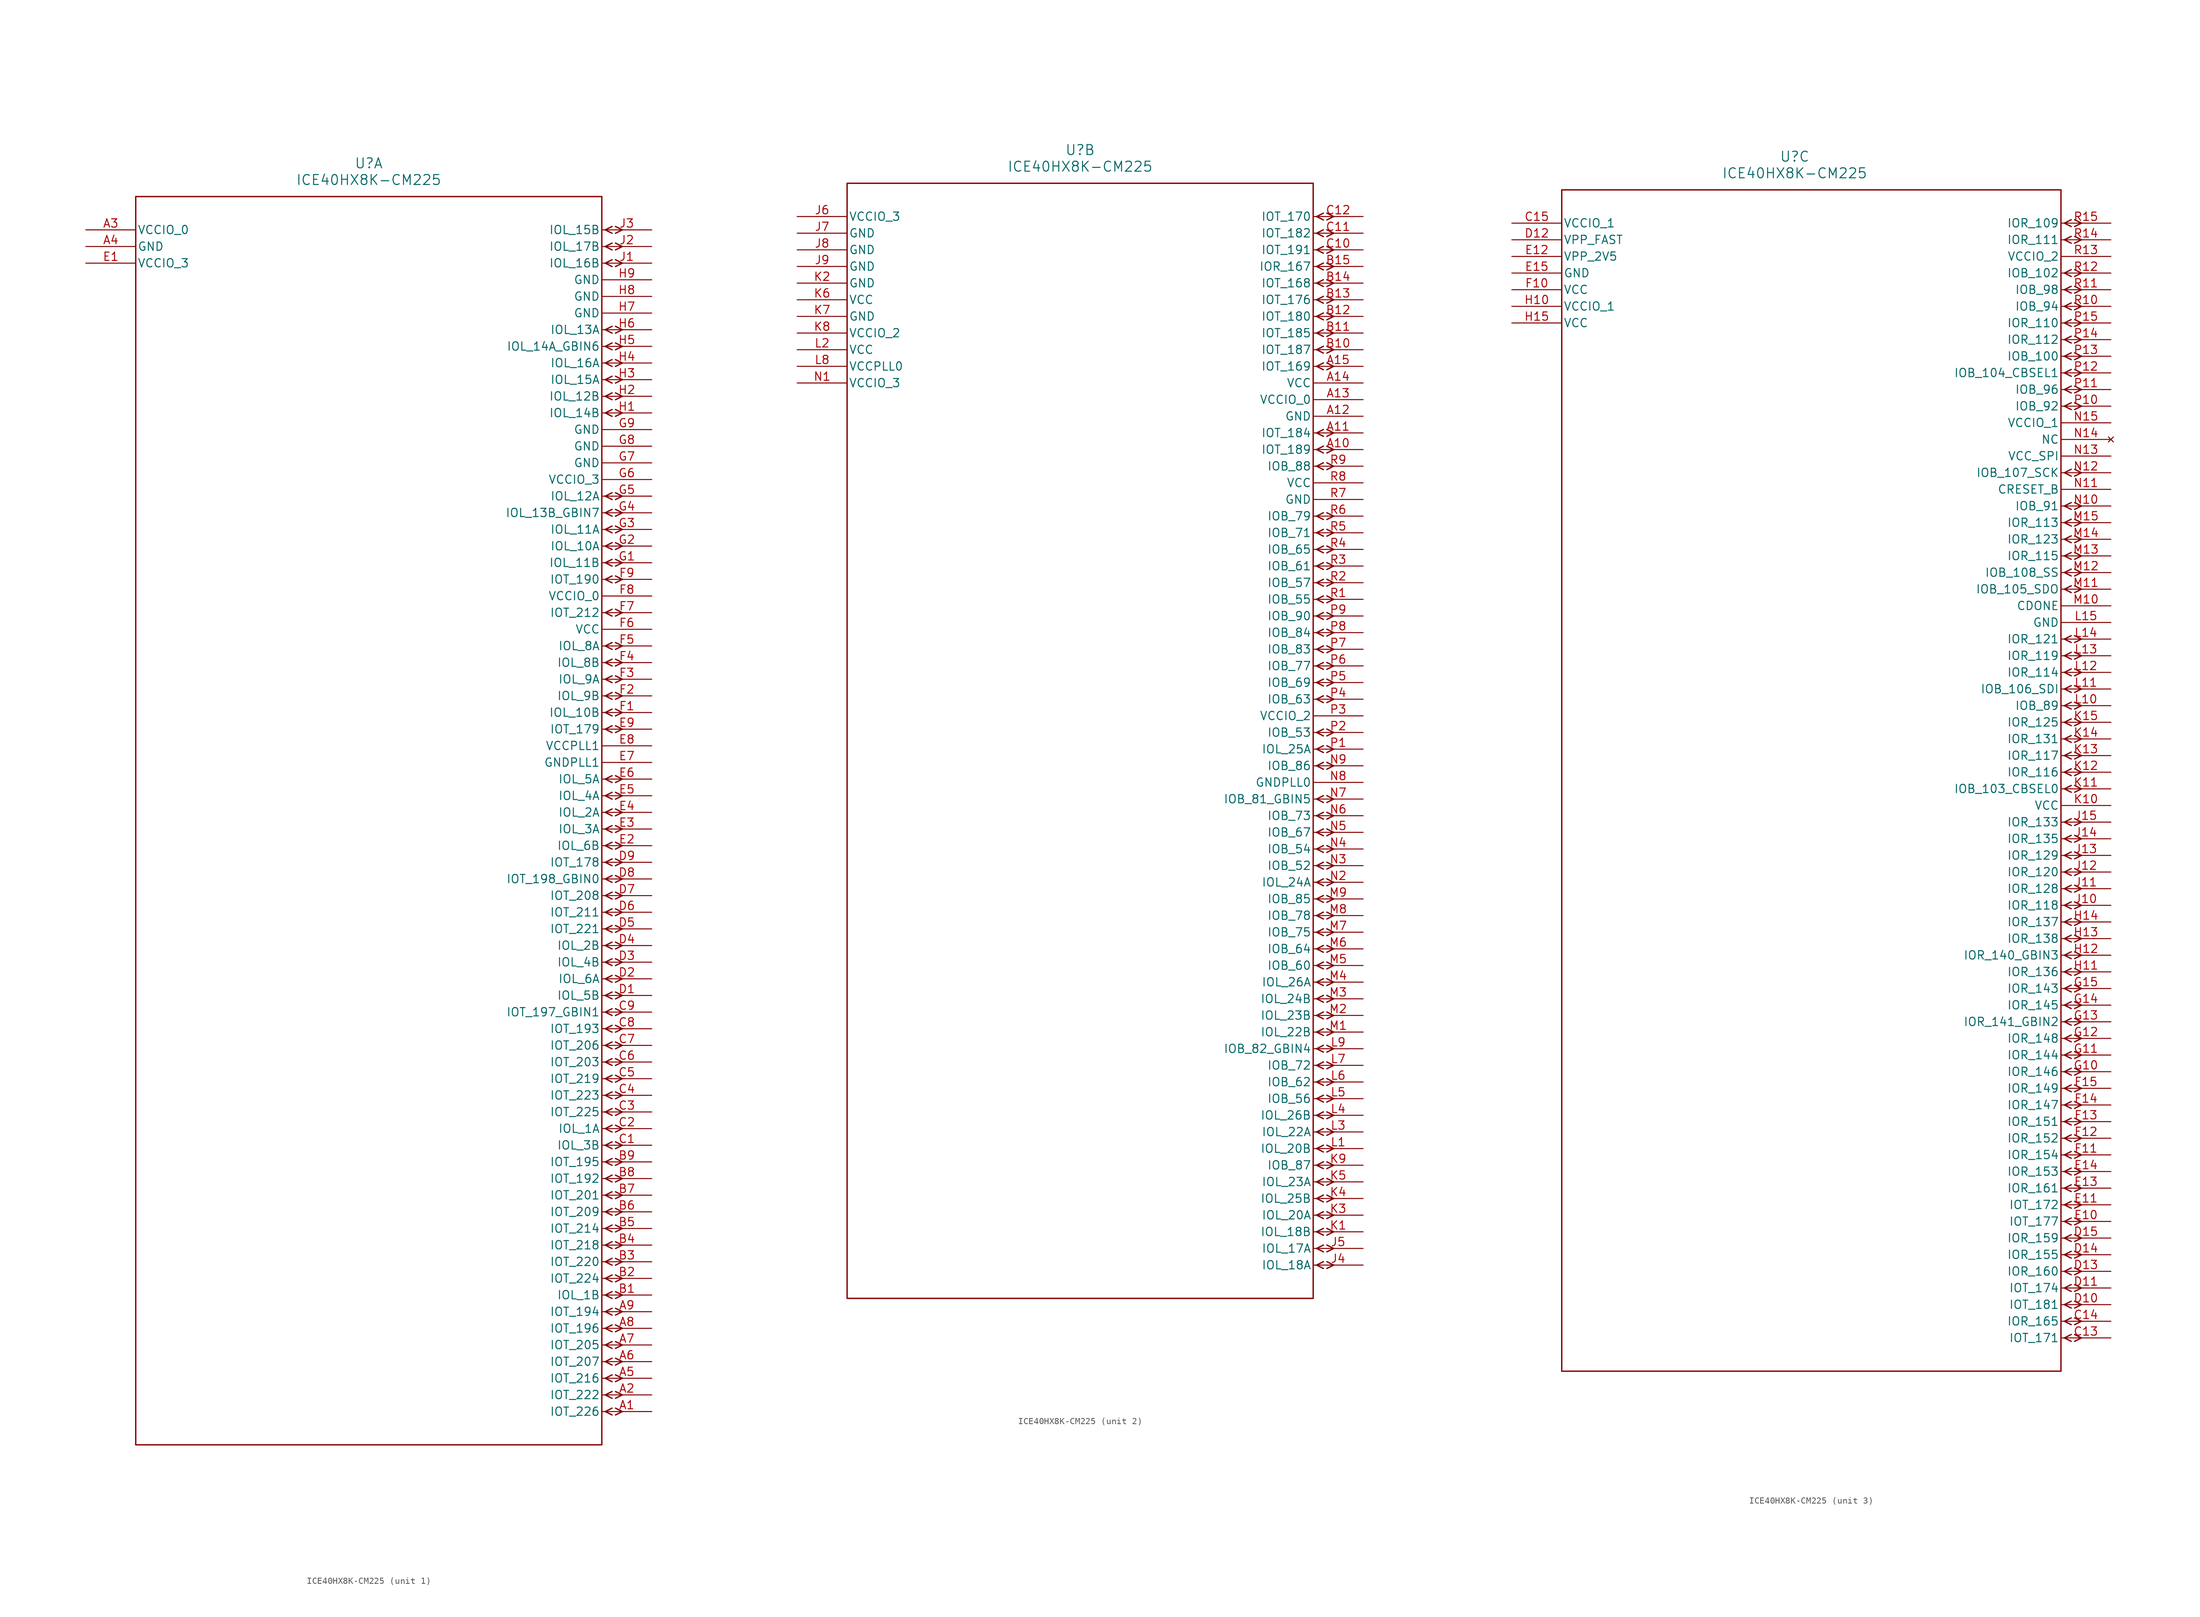
<source format=kicad_sym>
(kicad_symbol_lib
  (version 20211014)
  (generator kicad_symbol_editor)
  (symbol "ICE40HX8K-CM225"
    (pin_names
      (offset 0.254))
    (property "Reference" "U"
      (at 43.18 10.16 0)
      (effects (font (size 1.524 1.524))))
    (property "Value" "ICE40HX8K-CM225"
      (at 43.18 7.62 0)
      (effects (font (size 1.524 1.524))))
    (symbol "ICE40HX8K-CM225_1_1"
      (polyline (pts (xy 79.261 -180.34) (xy 80.302 -179.819)) (stroke (width 0.203) (type default) (color 0 0 0 0)) (fill (type none)))
      (polyline (pts (xy 79.261 -180.34) (xy 80.302 -180.861)) (stroke (width 0.203) (type default) (color 0 0 0 0)) (fill (type none)))
      (polyline (pts (xy 80.823 -179.819) (xy 81.864 -180.34)) (stroke (width 0.203) (type default) (color 0 0 0 0)) (fill (type none)))
      (polyline (pts (xy 80.823 -180.861) (xy 81.864 -180.34)) (stroke (width 0.203) (type default) (color 0 0 0 0)) (fill (type none)))
      (polyline (pts (xy 79.261 -177.8) (xy 80.302 -177.279)) (stroke (width 0.203) (type default) (color 0 0 0 0)) (fill (type none)))
      (polyline (pts (xy 79.261 -177.8) (xy 80.302 -178.321)) (stroke (width 0.203) (type default) (color 0 0 0 0)) (fill (type none)))
      (polyline (pts (xy 80.823 -177.279) (xy 81.864 -177.8)) (stroke (width 0.203) (type default) (color 0 0 0 0)) (fill (type none)))
      (polyline (pts (xy 80.823 -178.321) (xy 81.864 -177.8)) (stroke (width 0.203) (type default) (color 0 0 0 0)) (fill (type none)))
      (polyline (pts (xy 79.261 -175.26) (xy 80.302 -174.739)) (stroke (width 0.203) (type default) (color 0 0 0 0)) (fill (type none)))
      (polyline (pts (xy 79.261 -175.26) (xy 80.302 -175.781)) (stroke (width 0.203) (type default) (color 0 0 0 0)) (fill (type none)))
      (polyline (pts (xy 80.823 -174.739) (xy 81.864 -175.26)) (stroke (width 0.203) (type default) (color 0 0 0 0)) (fill (type none)))
      (polyline (pts (xy 80.823 -175.781) (xy 81.864 -175.26)) (stroke (width 0.203) (type default) (color 0 0 0 0)) (fill (type none)))
      (polyline (pts (xy 79.261 -172.72) (xy 80.302 -172.199)) (stroke (width 0.203) (type default) (color 0 0 0 0)) (fill (type none)))
      (polyline (pts (xy 79.261 -172.72) (xy 80.302 -173.241)) (stroke (width 0.203) (type default) (color 0 0 0 0)) (fill (type none)))
      (polyline (pts (xy 80.823 -172.199) (xy 81.864 -172.72)) (stroke (width 0.203) (type default) (color 0 0 0 0)) (fill (type none)))
      (polyline (pts (xy 80.823 -173.241) (xy 81.864 -172.72)) (stroke (width 0.203) (type default) (color 0 0 0 0)) (fill (type none)))
      (polyline (pts (xy 79.261 -170.18) (xy 80.302 -169.659)) (stroke (width 0.203) (type default) (color 0 0 0 0)) (fill (type none)))
      (polyline (pts (xy 79.261 -170.18) (xy 80.302 -170.701)) (stroke (width 0.203) (type default) (color 0 0 0 0)) (fill (type none)))
      (polyline (pts (xy 80.823 -169.659) (xy 81.864 -170.18)) (stroke (width 0.203) (type default) (color 0 0 0 0)) (fill (type none)))
      (polyline (pts (xy 80.823 -170.701) (xy 81.864 -170.18)) (stroke (width 0.203) (type default) (color 0 0 0 0)) (fill (type none)))
      (polyline (pts (xy 79.261 -167.64) (xy 80.302 -167.119)) (stroke (width 0.203) (type default) (color 0 0 0 0)) (fill (type none)))
      (polyline (pts (xy 79.261 -167.64) (xy 80.302 -168.161)) (stroke (width 0.203) (type default) (color 0 0 0 0)) (fill (type none)))
      (polyline (pts (xy 80.823 -167.119) (xy 81.864 -167.64)) (stroke (width 0.203) (type default) (color 0 0 0 0)) (fill (type none)))
      (polyline (pts (xy 80.823 -168.161) (xy 81.864 -167.64)) (stroke (width 0.203) (type default) (color 0 0 0 0)) (fill (type none)))
      (polyline (pts (xy 79.261 -165.1) (xy 80.302 -164.579)) (stroke (width 0.203) (type default) (color 0 0 0 0)) (fill (type none)))
      (polyline (pts (xy 79.261 -165.1) (xy 80.302 -165.621)) (stroke (width 0.203) (type default) (color 0 0 0 0)) (fill (type none)))
      (polyline (pts (xy 80.823 -164.579) (xy 81.864 -165.1)) (stroke (width 0.203) (type default) (color 0 0 0 0)) (fill (type none)))
      (polyline (pts (xy 80.823 -165.621) (xy 81.864 -165.1)) (stroke (width 0.203) (type default) (color 0 0 0 0)) (fill (type none)))
      (polyline (pts (xy 79.261 -162.56) (xy 80.302 -162.039)) (stroke (width 0.203) (type default) (color 0 0 0 0)) (fill (type none)))
      (polyline (pts (xy 79.261 -162.56) (xy 80.302 -163.081)) (stroke (width 0.203) (type default) (color 0 0 0 0)) (fill (type none)))
      (polyline (pts (xy 80.823 -162.039) (xy 81.864 -162.56)) (stroke (width 0.203) (type default) (color 0 0 0 0)) (fill (type none)))
      (polyline (pts (xy 80.823 -163.081) (xy 81.864 -162.56)) (stroke (width 0.203) (type default) (color 0 0 0 0)) (fill (type none)))
      (polyline (pts (xy 79.261 -160.02) (xy 80.302 -159.499)) (stroke (width 0.203) (type default) (color 0 0 0 0)) (fill (type none)))
      (polyline (pts (xy 79.261 -160.02) (xy 80.302 -160.541)) (stroke (width 0.203) (type default) (color 0 0 0 0)) (fill (type none)))
      (polyline (pts (xy 80.823 -159.499) (xy 81.864 -160.02)) (stroke (width 0.203) (type default) (color 0 0 0 0)) (fill (type none)))
      (polyline (pts (xy 80.823 -160.541) (xy 81.864 -160.02)) (stroke (width 0.203) (type default) (color 0 0 0 0)) (fill (type none)))
      (polyline (pts (xy 79.261 -157.48) (xy 80.302 -156.959)) (stroke (width 0.203) (type default) (color 0 0 0 0)) (fill (type none)))
      (polyline (pts (xy 79.261 -157.48) (xy 80.302 -158.001)) (stroke (width 0.203) (type default) (color 0 0 0 0)) (fill (type none)))
      (polyline (pts (xy 80.823 -156.959) (xy 81.864 -157.48)) (stroke (width 0.203) (type default) (color 0 0 0 0)) (fill (type none)))
      (polyline (pts (xy 80.823 -158.001) (xy 81.864 -157.48)) (stroke (width 0.203) (type default) (color 0 0 0 0)) (fill (type none)))
      (polyline (pts (xy 79.261 -154.94) (xy 80.302 -154.419)) (stroke (width 0.203) (type default) (color 0 0 0 0)) (fill (type none)))
      (polyline (pts (xy 79.261 -154.94) (xy 80.302 -155.461)) (stroke (width 0.203) (type default) (color 0 0 0 0)) (fill (type none)))
      (polyline (pts (xy 80.823 -154.419) (xy 81.864 -154.94)) (stroke (width 0.203) (type default) (color 0 0 0 0)) (fill (type none)))
      (polyline (pts (xy 80.823 -155.461) (xy 81.864 -154.94)) (stroke (width 0.203) (type default) (color 0 0 0 0)) (fill (type none)))
      (polyline (pts (xy 79.261 -152.4) (xy 80.302 -151.879)) (stroke (width 0.203) (type default) (color 0 0 0 0)) (fill (type none)))
      (polyline (pts (xy 79.261 -152.4) (xy 80.302 -152.921)) (stroke (width 0.203) (type default) (color 0 0 0 0)) (fill (type none)))
      (polyline (pts (xy 80.823 -151.879) (xy 81.864 -152.4)) (stroke (width 0.203) (type default) (color 0 0 0 0)) (fill (type none)))
      (polyline (pts (xy 80.823 -152.921) (xy 81.864 -152.4)) (stroke (width 0.203) (type default) (color 0 0 0 0)) (fill (type none)))
      (polyline (pts (xy 79.261 -149.86) (xy 80.302 -149.339)) (stroke (width 0.203) (type default) (color 0 0 0 0)) (fill (type none)))
      (polyline (pts (xy 79.261 -149.86) (xy 80.302 -150.381)) (stroke (width 0.203) (type default) (color 0 0 0 0)) (fill (type none)))
      (polyline (pts (xy 80.823 -149.339) (xy 81.864 -149.86)) (stroke (width 0.203) (type default) (color 0 0 0 0)) (fill (type none)))
      (polyline (pts (xy 80.823 -150.381) (xy 81.864 -149.86)) (stroke (width 0.203) (type default) (color 0 0 0 0)) (fill (type none)))
      (polyline (pts (xy 79.261 -147.32) (xy 80.302 -146.799)) (stroke (width 0.203) (type default) (color 0 0 0 0)) (fill (type none)))
      (polyline (pts (xy 79.261 -147.32) (xy 80.302 -147.841)) (stroke (width 0.203) (type default) (color 0 0 0 0)) (fill (type none)))
      (polyline (pts (xy 80.823 -146.799) (xy 81.864 -147.32)) (stroke (width 0.203) (type default) (color 0 0 0 0)) (fill (type none)))
      (polyline (pts (xy 80.823 -147.841) (xy 81.864 -147.32)) (stroke (width 0.203) (type default) (color 0 0 0 0)) (fill (type none)))
      (polyline (pts (xy 79.261 -144.78) (xy 80.302 -144.259)) (stroke (width 0.203) (type default) (color 0 0 0 0)) (fill (type none)))
      (polyline (pts (xy 79.261 -144.78) (xy 80.302 -145.301)) (stroke (width 0.203) (type default) (color 0 0 0 0)) (fill (type none)))
      (polyline (pts (xy 80.823 -144.259) (xy 81.864 -144.78)) (stroke (width 0.203) (type default) (color 0 0 0 0)) (fill (type none)))
      (polyline (pts (xy 80.823 -145.301) (xy 81.864 -144.78)) (stroke (width 0.203) (type default) (color 0 0 0 0)) (fill (type none)))
      (polyline (pts (xy 79.261 -142.24) (xy 80.302 -141.719)) (stroke (width 0.203) (type default) (color 0 0 0 0)) (fill (type none)))
      (polyline (pts (xy 79.261 -142.24) (xy 80.302 -142.761)) (stroke (width 0.203) (type default) (color 0 0 0 0)) (fill (type none)))
      (polyline (pts (xy 80.823 -141.719) (xy 81.864 -142.24)) (stroke (width 0.203) (type default) (color 0 0 0 0)) (fill (type none)))
      (polyline (pts (xy 80.823 -142.761) (xy 81.864 -142.24)) (stroke (width 0.203) (type default) (color 0 0 0 0)) (fill (type none)))
      (polyline (pts (xy 79.261 -139.7) (xy 80.302 -139.179)) (stroke (width 0.203) (type default) (color 0 0 0 0)) (fill (type none)))
      (polyline (pts (xy 79.261 -139.7) (xy 80.302 -140.221)) (stroke (width 0.203) (type default) (color 0 0 0 0)) (fill (type none)))
      (polyline (pts (xy 80.823 -139.179) (xy 81.864 -139.7)) (stroke (width 0.203) (type default) (color 0 0 0 0)) (fill (type none)))
      (polyline (pts (xy 80.823 -140.221) (xy 81.864 -139.7)) (stroke (width 0.203) (type default) (color 0 0 0 0)) (fill (type none)))
      (polyline (pts (xy 79.261 -137.16) (xy 80.302 -136.639)) (stroke (width 0.203) (type default) (color 0 0 0 0)) (fill (type none)))
      (polyline (pts (xy 79.261 -137.16) (xy 80.302 -137.681)) (stroke (width 0.203) (type default) (color 0 0 0 0)) (fill (type none)))
      (polyline (pts (xy 80.823 -136.639) (xy 81.864 -137.16)) (stroke (width 0.203) (type default) (color 0 0 0 0)) (fill (type none)))
      (polyline (pts (xy 80.823 -137.681) (xy 81.864 -137.16)) (stroke (width 0.203) (type default) (color 0 0 0 0)) (fill (type none)))
      (polyline (pts (xy 79.261 -134.62) (xy 80.302 -134.099)) (stroke (width 0.203) (type default) (color 0 0 0 0)) (fill (type none)))
      (polyline (pts (xy 79.261 -134.62) (xy 80.302 -135.141)) (stroke (width 0.203) (type default) (color 0 0 0 0)) (fill (type none)))
      (polyline (pts (xy 80.823 -134.099) (xy 81.864 -134.62)) (stroke (width 0.203) (type default) (color 0 0 0 0)) (fill (type none)))
      (polyline (pts (xy 80.823 -135.141) (xy 81.864 -134.62)) (stroke (width 0.203) (type default) (color 0 0 0 0)) (fill (type none)))
      (polyline (pts (xy 79.261 -132.08) (xy 80.302 -131.559)) (stroke (width 0.203) (type default) (color 0 0 0 0)) (fill (type none)))
      (polyline (pts (xy 79.261 -132.08) (xy 80.302 -132.601)) (stroke (width 0.203) (type default) (color 0 0 0 0)) (fill (type none)))
      (polyline (pts (xy 80.823 -131.559) (xy 81.864 -132.08)) (stroke (width 0.203) (type default) (color 0 0 0 0)) (fill (type none)))
      (polyline (pts (xy 80.823 -132.601) (xy 81.864 -132.08)) (stroke (width 0.203) (type default) (color 0 0 0 0)) (fill (type none)))
      (polyline (pts (xy 79.261 -129.54) (xy 80.302 -129.019)) (stroke (width 0.203) (type default) (color 0 0 0 0)) (fill (type none)))
      (polyline (pts (xy 79.261 -129.54) (xy 80.302 -130.061)) (stroke (width 0.203) (type default) (color 0 0 0 0)) (fill (type none)))
      (polyline (pts (xy 80.823 -129.019) (xy 81.864 -129.54)) (stroke (width 0.203) (type default) (color 0 0 0 0)) (fill (type none)))
      (polyline (pts (xy 80.823 -130.061) (xy 81.864 -129.54)) (stroke (width 0.203) (type default) (color 0 0 0 0)) (fill (type none)))
      (polyline (pts (xy 79.261 -127) (xy 80.302 -126.479)) (stroke (width 0.203) (type default) (color 0 0 0 0)) (fill (type none)))
      (polyline (pts (xy 79.261 -127) (xy 80.302 -127.521)) (stroke (width 0.203) (type default) (color 0 0 0 0)) (fill (type none)))
      (polyline (pts (xy 80.823 -126.479) (xy 81.864 -127)) (stroke (width 0.203) (type default) (color 0 0 0 0)) (fill (type none)))
      (polyline (pts (xy 80.823 -127.521) (xy 81.864 -127)) (stroke (width 0.203) (type default) (color 0 0 0 0)) (fill (type none)))
      (polyline (pts (xy 79.261 -124.46) (xy 80.302 -123.939)) (stroke (width 0.203) (type default) (color 0 0 0 0)) (fill (type none)))
      (polyline (pts (xy 79.261 -124.46) (xy 80.302 -124.981)) (stroke (width 0.203) (type default) (color 0 0 0 0)) (fill (type none)))
      (polyline (pts (xy 80.823 -123.939) (xy 81.864 -124.46)) (stroke (width 0.203) (type default) (color 0 0 0 0)) (fill (type none)))
      (polyline (pts (xy 80.823 -124.981) (xy 81.864 -124.46)) (stroke (width 0.203) (type default) (color 0 0 0 0)) (fill (type none)))
      (polyline (pts (xy 79.261 -121.92) (xy 80.302 -121.399)) (stroke (width 0.203) (type default) (color 0 0 0 0)) (fill (type none)))
      (polyline (pts (xy 79.261 -121.92) (xy 80.302 -122.441)) (stroke (width 0.203) (type default) (color 0 0 0 0)) (fill (type none)))
      (polyline (pts (xy 80.823 -121.399) (xy 81.864 -121.92)) (stroke (width 0.203) (type default) (color 0 0 0 0)) (fill (type none)))
      (polyline (pts (xy 80.823 -122.441) (xy 81.864 -121.92)) (stroke (width 0.203) (type default) (color 0 0 0 0)) (fill (type none)))
      (polyline (pts (xy 79.261 -119.38) (xy 80.302 -118.859)) (stroke (width 0.203) (type default) (color 0 0 0 0)) (fill (type none)))
      (polyline (pts (xy 79.261 -119.38) (xy 80.302 -119.901)) (stroke (width 0.203) (type default) (color 0 0 0 0)) (fill (type none)))
      (polyline (pts (xy 80.823 -118.859) (xy 81.864 -119.38)) (stroke (width 0.203) (type default) (color 0 0 0 0)) (fill (type none)))
      (polyline (pts (xy 80.823 -119.901) (xy 81.864 -119.38)) (stroke (width 0.203) (type default) (color 0 0 0 0)) (fill (type none)))
      (polyline (pts (xy 79.261 -116.84) (xy 80.302 -116.319)) (stroke (width 0.203) (type default) (color 0 0 0 0)) (fill (type none)))
      (polyline (pts (xy 79.261 -116.84) (xy 80.302 -117.361)) (stroke (width 0.203) (type default) (color 0 0 0 0)) (fill (type none)))
      (polyline (pts (xy 80.823 -116.319) (xy 81.864 -116.84)) (stroke (width 0.203) (type default) (color 0 0 0 0)) (fill (type none)))
      (polyline (pts (xy 80.823 -117.361) (xy 81.864 -116.84)) (stroke (width 0.203) (type default) (color 0 0 0 0)) (fill (type none)))
      (polyline (pts (xy 79.261 -114.3) (xy 80.302 -113.779)) (stroke (width 0.203) (type default) (color 0 0 0 0)) (fill (type none)))
      (polyline (pts (xy 79.261 -114.3) (xy 80.302 -114.821)) (stroke (width 0.203) (type default) (color 0 0 0 0)) (fill (type none)))
      (polyline (pts (xy 80.823 -113.779) (xy 81.864 -114.3)) (stroke (width 0.203) (type default) (color 0 0 0 0)) (fill (type none)))
      (polyline (pts (xy 80.823 -114.821) (xy 81.864 -114.3)) (stroke (width 0.203) (type default) (color 0 0 0 0)) (fill (type none)))
      (polyline (pts (xy 79.261 -111.76) (xy 80.302 -111.239)) (stroke (width 0.203) (type default) (color 0 0 0 0)) (fill (type none)))
      (polyline (pts (xy 79.261 -111.76) (xy 80.302 -112.281)) (stroke (width 0.203) (type default) (color 0 0 0 0)) (fill (type none)))
      (polyline (pts (xy 80.823 -111.239) (xy 81.864 -111.76)) (stroke (width 0.203) (type default) (color 0 0 0 0)) (fill (type none)))
      (polyline (pts (xy 80.823 -112.281) (xy 81.864 -111.76)) (stroke (width 0.203) (type default) (color 0 0 0 0)) (fill (type none)))
      (polyline (pts (xy 79.261 -109.22) (xy 80.302 -108.699)) (stroke (width 0.203) (type default) (color 0 0 0 0)) (fill (type none)))
      (polyline (pts (xy 79.261 -109.22) (xy 80.302 -109.741)) (stroke (width 0.203) (type default) (color 0 0 0 0)) (fill (type none)))
      (polyline (pts (xy 80.823 -108.699) (xy 81.864 -109.22)) (stroke (width 0.203) (type default) (color 0 0 0 0)) (fill (type none)))
      (polyline (pts (xy 80.823 -109.741) (xy 81.864 -109.22)) (stroke (width 0.203) (type default) (color 0 0 0 0)) (fill (type none)))
      (polyline (pts (xy 79.261 -106.68) (xy 80.302 -106.159)) (stroke (width 0.203) (type default) (color 0 0 0 0)) (fill (type none)))
      (polyline (pts (xy 79.261 -106.68) (xy 80.302 -107.201)) (stroke (width 0.203) (type default) (color 0 0 0 0)) (fill (type none)))
      (polyline (pts (xy 80.823 -106.159) (xy 81.864 -106.68)) (stroke (width 0.203) (type default) (color 0 0 0 0)) (fill (type none)))
      (polyline (pts (xy 80.823 -107.201) (xy 81.864 -106.68)) (stroke (width 0.203) (type default) (color 0 0 0 0)) (fill (type none)))
      (polyline (pts (xy 79.261 -104.14) (xy 80.302 -103.619)) (stroke (width 0.203) (type default) (color 0 0 0 0)) (fill (type none)))
      (polyline (pts (xy 79.261 -104.14) (xy 80.302 -104.661)) (stroke (width 0.203) (type default) (color 0 0 0 0)) (fill (type none)))
      (polyline (pts (xy 80.823 -103.619) (xy 81.864 -104.14)) (stroke (width 0.203) (type default) (color 0 0 0 0)) (fill (type none)))
      (polyline (pts (xy 80.823 -104.661) (xy 81.864 -104.14)) (stroke (width 0.203) (type default) (color 0 0 0 0)) (fill (type none)))
      (polyline (pts (xy 79.261 -101.6) (xy 80.302 -101.079)) (stroke (width 0.203) (type default) (color 0 0 0 0)) (fill (type none)))
      (polyline (pts (xy 79.261 -101.6) (xy 80.302 -102.121)) (stroke (width 0.203) (type default) (color 0 0 0 0)) (fill (type none)))
      (polyline (pts (xy 80.823 -101.079) (xy 81.864 -101.6)) (stroke (width 0.203) (type default) (color 0 0 0 0)) (fill (type none)))
      (polyline (pts (xy 80.823 -102.121) (xy 81.864 -101.6)) (stroke (width 0.203) (type default) (color 0 0 0 0)) (fill (type none)))
      (polyline (pts (xy 79.261 -99.06) (xy 80.302 -98.539)) (stroke (width 0.203) (type default) (color 0 0 0 0)) (fill (type none)))
      (polyline (pts (xy 79.261 -99.06) (xy 80.302 -99.581)) (stroke (width 0.203) (type default) (color 0 0 0 0)) (fill (type none)))
      (polyline (pts (xy 80.823 -98.539) (xy 81.864 -99.06)) (stroke (width 0.203) (type default) (color 0 0 0 0)) (fill (type none)))
      (polyline (pts (xy 80.823 -99.581) (xy 81.864 -99.06)) (stroke (width 0.203) (type default) (color 0 0 0 0)) (fill (type none)))
      (polyline (pts (xy 79.261 -96.52) (xy 80.302 -95.999)) (stroke (width 0.203) (type default) (color 0 0 0 0)) (fill (type none)))
      (polyline (pts (xy 79.261 -96.52) (xy 80.302 -97.041)) (stroke (width 0.203) (type default) (color 0 0 0 0)) (fill (type none)))
      (polyline (pts (xy 80.823 -95.999) (xy 81.864 -96.52)) (stroke (width 0.203) (type default) (color 0 0 0 0)) (fill (type none)))
      (polyline (pts (xy 80.823 -97.041) (xy 81.864 -96.52)) (stroke (width 0.203) (type default) (color 0 0 0 0)) (fill (type none)))
      (polyline (pts (xy 79.261 -93.98) (xy 80.302 -93.459)) (stroke (width 0.203) (type default) (color 0 0 0 0)) (fill (type none)))
      (polyline (pts (xy 79.261 -93.98) (xy 80.302 -94.501)) (stroke (width 0.203) (type default) (color 0 0 0 0)) (fill (type none)))
      (polyline (pts (xy 80.823 -93.459) (xy 81.864 -93.98)) (stroke (width 0.203) (type default) (color 0 0 0 0)) (fill (type none)))
      (polyline (pts (xy 80.823 -94.501) (xy 81.864 -93.98)) (stroke (width 0.203) (type default) (color 0 0 0 0)) (fill (type none)))
      (polyline (pts (xy 79.261 -91.44) (xy 80.302 -90.919)) (stroke (width 0.203) (type default) (color 0 0 0 0)) (fill (type none)))
      (polyline (pts (xy 79.261 -91.44) (xy 80.302 -91.961)) (stroke (width 0.203) (type default) (color 0 0 0 0)) (fill (type none)))
      (polyline (pts (xy 80.823 -90.919) (xy 81.864 -91.44)) (stroke (width 0.203) (type default) (color 0 0 0 0)) (fill (type none)))
      (polyline (pts (xy 80.823 -91.961) (xy 81.864 -91.44)) (stroke (width 0.203) (type default) (color 0 0 0 0)) (fill (type none)))
      (polyline (pts (xy 79.261 -88.9) (xy 80.302 -88.379)) (stroke (width 0.203) (type default) (color 0 0 0 0)) (fill (type none)))
      (polyline (pts (xy 79.261 -88.9) (xy 80.302 -89.421)) (stroke (width 0.203) (type default) (color 0 0 0 0)) (fill (type none)))
      (polyline (pts (xy 80.823 -88.379) (xy 81.864 -88.9)) (stroke (width 0.203) (type default) (color 0 0 0 0)) (fill (type none)))
      (polyline (pts (xy 80.823 -89.421) (xy 81.864 -88.9)) (stroke (width 0.203) (type default) (color 0 0 0 0)) (fill (type none)))
      (polyline (pts (xy 79.261 -86.36) (xy 80.302 -85.839)) (stroke (width 0.203) (type default) (color 0 0 0 0)) (fill (type none)))
      (polyline (pts (xy 79.261 -86.36) (xy 80.302 -86.881)) (stroke (width 0.203) (type default) (color 0 0 0 0)) (fill (type none)))
      (polyline (pts (xy 80.823 -85.839) (xy 81.864 -86.36)) (stroke (width 0.203) (type default) (color 0 0 0 0)) (fill (type none)))
      (polyline (pts (xy 80.823 -86.881) (xy 81.864 -86.36)) (stroke (width 0.203) (type default) (color 0 0 0 0)) (fill (type none)))
      (polyline (pts (xy 79.261 -83.82) (xy 80.302 -83.299)) (stroke (width 0.203) (type default) (color 0 0 0 0)) (fill (type none)))
      (polyline (pts (xy 79.261 -83.82) (xy 80.302 -84.341)) (stroke (width 0.203) (type default) (color 0 0 0 0)) (fill (type none)))
      (polyline (pts (xy 80.823 -83.299) (xy 81.864 -83.82)) (stroke (width 0.203) (type default) (color 0 0 0 0)) (fill (type none)))
      (polyline (pts (xy 80.823 -84.341) (xy 81.864 -83.82)) (stroke (width 0.203) (type default) (color 0 0 0 0)) (fill (type none)))
      (polyline (pts (xy 79.261 -76.2) (xy 80.302 -75.679)) (stroke (width 0.203) (type default) (color 0 0 0 0)) (fill (type none)))
      (polyline (pts (xy 79.261 -76.2) (xy 80.302 -76.721)) (stroke (width 0.203) (type default) (color 0 0 0 0)) (fill (type none)))
      (polyline (pts (xy 80.823 -75.679) (xy 81.864 -76.2)) (stroke (width 0.203) (type default) (color 0 0 0 0)) (fill (type none)))
      (polyline (pts (xy 80.823 -76.721) (xy 81.864 -76.2)) (stroke (width 0.203) (type default) (color 0 0 0 0)) (fill (type none)))
      (polyline (pts (xy 79.261 -73.66) (xy 80.302 -73.139)) (stroke (width 0.203) (type default) (color 0 0 0 0)) (fill (type none)))
      (polyline (pts (xy 79.261 -73.66) (xy 80.302 -74.181)) (stroke (width 0.203) (type default) (color 0 0 0 0)) (fill (type none)))
      (polyline (pts (xy 80.823 -73.139) (xy 81.864 -73.66)) (stroke (width 0.203) (type default) (color 0 0 0 0)) (fill (type none)))
      (polyline (pts (xy 80.823 -74.181) (xy 81.864 -73.66)) (stroke (width 0.203) (type default) (color 0 0 0 0)) (fill (type none)))
      (polyline (pts (xy 79.261 -71.12) (xy 80.302 -70.599)) (stroke (width 0.203) (type default) (color 0 0 0 0)) (fill (type none)))
      (polyline (pts (xy 79.261 -71.12) (xy 80.302 -71.641)) (stroke (width 0.203) (type default) (color 0 0 0 0)) (fill (type none)))
      (polyline (pts (xy 80.823 -70.599) (xy 81.864 -71.12)) (stroke (width 0.203) (type default) (color 0 0 0 0)) (fill (type none)))
      (polyline (pts (xy 80.823 -71.641) (xy 81.864 -71.12)) (stroke (width 0.203) (type default) (color 0 0 0 0)) (fill (type none)))
      (polyline (pts (xy 79.261 -68.58) (xy 80.302 -68.059)) (stroke (width 0.203) (type default) (color 0 0 0 0)) (fill (type none)))
      (polyline (pts (xy 79.261 -68.58) (xy 80.302 -69.101)) (stroke (width 0.203) (type default) (color 0 0 0 0)) (fill (type none)))
      (polyline (pts (xy 80.823 -68.059) (xy 81.864 -68.58)) (stroke (width 0.203) (type default) (color 0 0 0 0)) (fill (type none)))
      (polyline (pts (xy 80.823 -69.101) (xy 81.864 -68.58)) (stroke (width 0.203) (type default) (color 0 0 0 0)) (fill (type none)))
      (polyline (pts (xy 79.261 -66.04) (xy 80.302 -65.519)) (stroke (width 0.203) (type default) (color 0 0 0 0)) (fill (type none)))
      (polyline (pts (xy 79.261 -66.04) (xy 80.302 -66.561)) (stroke (width 0.203) (type default) (color 0 0 0 0)) (fill (type none)))
      (polyline (pts (xy 80.823 -65.519) (xy 81.864 -66.04)) (stroke (width 0.203) (type default) (color 0 0 0 0)) (fill (type none)))
      (polyline (pts (xy 80.823 -66.561) (xy 81.864 -66.04)) (stroke (width 0.203) (type default) (color 0 0 0 0)) (fill (type none)))
      (polyline (pts (xy 79.261 -63.5) (xy 80.302 -62.979)) (stroke (width 0.203) (type default) (color 0 0 0 0)) (fill (type none)))
      (polyline (pts (xy 79.261 -63.5) (xy 80.302 -64.021)) (stroke (width 0.203) (type default) (color 0 0 0 0)) (fill (type none)))
      (polyline (pts (xy 80.823 -62.979) (xy 81.864 -63.5)) (stroke (width 0.203) (type default) (color 0 0 0 0)) (fill (type none)))
      (polyline (pts (xy 80.823 -64.021) (xy 81.864 -63.5)) (stroke (width 0.203) (type default) (color 0 0 0 0)) (fill (type none)))
      (polyline (pts (xy 79.261 -58.42) (xy 80.302 -57.899)) (stroke (width 0.203) (type default) (color 0 0 0 0)) (fill (type none)))
      (polyline (pts (xy 79.261 -58.42) (xy 80.302 -58.941)) (stroke (width 0.203) (type default) (color 0 0 0 0)) (fill (type none)))
      (polyline (pts (xy 80.823 -57.899) (xy 81.864 -58.42)) (stroke (width 0.203) (type default) (color 0 0 0 0)) (fill (type none)))
      (polyline (pts (xy 80.823 -58.941) (xy 81.864 -58.42)) (stroke (width 0.203) (type default) (color 0 0 0 0)) (fill (type none)))
      (polyline (pts (xy 79.261 -53.34) (xy 80.302 -52.819)) (stroke (width 0.203) (type default) (color 0 0 0 0)) (fill (type none)))
      (polyline (pts (xy 79.261 -53.34) (xy 80.302 -53.861)) (stroke (width 0.203) (type default) (color 0 0 0 0)) (fill (type none)))
      (polyline (pts (xy 80.823 -52.819) (xy 81.864 -53.34)) (stroke (width 0.203) (type default) (color 0 0 0 0)) (fill (type none)))
      (polyline (pts (xy 80.823 -53.861) (xy 81.864 -53.34)) (stroke (width 0.203) (type default) (color 0 0 0 0)) (fill (type none)))
      (polyline (pts (xy 79.261 -50.8) (xy 80.302 -50.279)) (stroke (width 0.203) (type default) (color 0 0 0 0)) (fill (type none)))
      (polyline (pts (xy 79.261 -50.8) (xy 80.302 -51.321)) (stroke (width 0.203) (type default) (color 0 0 0 0)) (fill (type none)))
      (polyline (pts (xy 80.823 -50.279) (xy 81.864 -50.8)) (stroke (width 0.203) (type default) (color 0 0 0 0)) (fill (type none)))
      (polyline (pts (xy 80.823 -51.321) (xy 81.864 -50.8)) (stroke (width 0.203) (type default) (color 0 0 0 0)) (fill (type none)))
      (polyline (pts (xy 79.261 -48.26) (xy 80.302 -47.739)) (stroke (width 0.203) (type default) (color 0 0 0 0)) (fill (type none)))
      (polyline (pts (xy 79.261 -48.26) (xy 80.302 -48.781)) (stroke (width 0.203) (type default) (color 0 0 0 0)) (fill (type none)))
      (polyline (pts (xy 80.823 -47.739) (xy 81.864 -48.26)) (stroke (width 0.203) (type default) (color 0 0 0 0)) (fill (type none)))
      (polyline (pts (xy 80.823 -48.781) (xy 81.864 -48.26)) (stroke (width 0.203) (type default) (color 0 0 0 0)) (fill (type none)))
      (polyline (pts (xy 79.261 -45.72) (xy 80.302 -45.199)) (stroke (width 0.203) (type default) (color 0 0 0 0)) (fill (type none)))
      (polyline (pts (xy 79.261 -45.72) (xy 80.302 -46.241)) (stroke (width 0.203) (type default) (color 0 0 0 0)) (fill (type none)))
      (polyline (pts (xy 80.823 -45.199) (xy 81.864 -45.72)) (stroke (width 0.203) (type default) (color 0 0 0 0)) (fill (type none)))
      (polyline (pts (xy 80.823 -46.241) (xy 81.864 -45.72)) (stroke (width 0.203) (type default) (color 0 0 0 0)) (fill (type none)))
      (polyline (pts (xy 79.261 -43.18) (xy 80.302 -42.659)) (stroke (width 0.203) (type default) (color 0 0 0 0)) (fill (type none)))
      (polyline (pts (xy 79.261 -43.18) (xy 80.302 -43.701)) (stroke (width 0.203) (type default) (color 0 0 0 0)) (fill (type none)))
      (polyline (pts (xy 80.823 -42.659) (xy 81.864 -43.18)) (stroke (width 0.203) (type default) (color 0 0 0 0)) (fill (type none)))
      (polyline (pts (xy 80.823 -43.701) (xy 81.864 -43.18)) (stroke (width 0.203) (type default) (color 0 0 0 0)) (fill (type none)))
      (polyline (pts (xy 79.261 -40.64) (xy 80.302 -40.119)) (stroke (width 0.203) (type default) (color 0 0 0 0)) (fill (type none)))
      (polyline (pts (xy 79.261 -40.64) (xy 80.302 -41.161)) (stroke (width 0.203) (type default) (color 0 0 0 0)) (fill (type none)))
      (polyline (pts (xy 80.823 -40.119) (xy 81.864 -40.64)) (stroke (width 0.203) (type default) (color 0 0 0 0)) (fill (type none)))
      (polyline (pts (xy 80.823 -41.161) (xy 81.864 -40.64)) (stroke (width 0.203) (type default) (color 0 0 0 0)) (fill (type none)))
      (polyline (pts (xy 79.261 -27.94) (xy 80.302 -27.419)) (stroke (width 0.203) (type default) (color 0 0 0 0)) (fill (type none)))
      (polyline (pts (xy 79.261 -27.94) (xy 80.302 -28.461)) (stroke (width 0.203) (type default) (color 0 0 0 0)) (fill (type none)))
      (polyline (pts (xy 80.823 -27.419) (xy 81.864 -27.94)) (stroke (width 0.203) (type default) (color 0 0 0 0)) (fill (type none)))
      (polyline (pts (xy 80.823 -28.461) (xy 81.864 -27.94)) (stroke (width 0.203) (type default) (color 0 0 0 0)) (fill (type none)))
      (polyline (pts (xy 79.261 -25.4) (xy 80.302 -24.879)) (stroke (width 0.203) (type default) (color 0 0 0 0)) (fill (type none)))
      (polyline (pts (xy 79.261 -25.4) (xy 80.302 -25.921)) (stroke (width 0.203) (type default) (color 0 0 0 0)) (fill (type none)))
      (polyline (pts (xy 80.823 -24.879) (xy 81.864 -25.4)) (stroke (width 0.203) (type default) (color 0 0 0 0)) (fill (type none)))
      (polyline (pts (xy 80.823 -25.921) (xy 81.864 -25.4)) (stroke (width 0.203) (type default) (color 0 0 0 0)) (fill (type none)))
      (polyline (pts (xy 79.261 -22.86) (xy 80.302 -22.339)) (stroke (width 0.203) (type default) (color 0 0 0 0)) (fill (type none)))
      (polyline (pts (xy 79.261 -22.86) (xy 80.302 -23.381)) (stroke (width 0.203) (type default) (color 0 0 0 0)) (fill (type none)))
      (polyline (pts (xy 80.823 -22.339) (xy 81.864 -22.86)) (stroke (width 0.203) (type default) (color 0 0 0 0)) (fill (type none)))
      (polyline (pts (xy 80.823 -23.381) (xy 81.864 -22.86)) (stroke (width 0.203) (type default) (color 0 0 0 0)) (fill (type none)))
      (polyline (pts (xy 79.261 -20.32) (xy 80.302 -19.799)) (stroke (width 0.203) (type default) (color 0 0 0 0)) (fill (type none)))
      (polyline (pts (xy 79.261 -20.32) (xy 80.302 -20.841)) (stroke (width 0.203) (type default) (color 0 0 0 0)) (fill (type none)))
      (polyline (pts (xy 80.823 -19.799) (xy 81.864 -20.32)) (stroke (width 0.203) (type default) (color 0 0 0 0)) (fill (type none)))
      (polyline (pts (xy 80.823 -20.841) (xy 81.864 -20.32)) (stroke (width 0.203) (type default) (color 0 0 0 0)) (fill (type none)))
      (polyline (pts (xy 79.261 -17.78) (xy 80.302 -17.259)) (stroke (width 0.203) (type default) (color 0 0 0 0)) (fill (type none)))
      (polyline (pts (xy 79.261 -17.78) (xy 80.302 -18.301)) (stroke (width 0.203) (type default) (color 0 0 0 0)) (fill (type none)))
      (polyline (pts (xy 80.823 -17.259) (xy 81.864 -17.78)) (stroke (width 0.203) (type default) (color 0 0 0 0)) (fill (type none)))
      (polyline (pts (xy 80.823 -18.301) (xy 81.864 -17.78)) (stroke (width 0.203) (type default) (color 0 0 0 0)) (fill (type none)))
      (polyline (pts (xy 79.261 -15.24) (xy 80.302 -14.719)) (stroke (width 0.203) (type default) (color 0 0 0 0)) (fill (type none)))
      (polyline (pts (xy 79.261 -15.24) (xy 80.302 -15.761)) (stroke (width 0.203) (type default) (color 0 0 0 0)) (fill (type none)))
      (polyline (pts (xy 80.823 -14.719) (xy 81.864 -15.24)) (stroke (width 0.203) (type default) (color 0 0 0 0)) (fill (type none)))
      (polyline (pts (xy 80.823 -15.761) (xy 81.864 -15.24)) (stroke (width 0.203) (type default) (color 0 0 0 0)) (fill (type none)))
      (polyline (pts (xy 79.261 -5.08) (xy 80.302 -4.559)) (stroke (width 0.203) (type default) (color 0 0 0 0)) (fill (type none)))
      (polyline (pts (xy 79.261 -5.08) (xy 80.302 -5.601)) (stroke (width 0.203) (type default) (color 0 0 0 0)) (fill (type none)))
      (polyline (pts (xy 80.823 -4.559) (xy 81.864 -5.08)) (stroke (width 0.203) (type default) (color 0 0 0 0)) (fill (type none)))
      (polyline (pts (xy 80.823 -5.601) (xy 81.864 -5.08)) (stroke (width 0.203) (type default) (color 0 0 0 0)) (fill (type none)))
      (polyline (pts (xy 79.261 -2.54) (xy 80.302 -2.019)) (stroke (width 0.203) (type default) (color 0 0 0 0)) (fill (type none)))
      (polyline (pts (xy 79.261 -2.54) (xy 80.302 -3.061)) (stroke (width 0.203) (type default) (color 0 0 0 0)) (fill (type none)))
      (polyline (pts (xy 80.823 -2.019) (xy 81.864 -2.54)) (stroke (width 0.203) (type default) (color 0 0 0 0)) (fill (type none)))
      (polyline (pts (xy 80.823 -3.061) (xy 81.864 -2.54)) (stroke (width 0.203) (type default) (color 0 0 0 0)) (fill (type none)))
      (polyline (pts (xy 79.261 0) (xy 80.302 0.521)) (stroke (width 0.203) (type default) (color 0 0 0 0)) (fill (type none)))
      (polyline (pts (xy 79.261 0) (xy 80.302 -0.521)) (stroke (width 0.203) (type default) (color 0 0 0 0)) (fill (type none)))
      (polyline (pts (xy 80.823 0.521) (xy 81.864 0)) (stroke (width 0.203) (type default) (color 0 0 0 0)) (fill (type none)))
      (polyline (pts (xy 80.823 -0.521) (xy 81.864 0)) (stroke (width 0.203) (type default) (color 0 0 0 0)) (fill (type none)))
      (polyline (pts (xy 7.62 5.08) (xy 7.62 -185.42)) (stroke (width 0.203) (type default) (color 0 0 0 0)) (fill (type none)))
      (polyline (pts (xy 7.62 -185.42) (xy 78.74 -185.42)) (stroke (width 0.203) (type default) (color 0 0 0 0)) (fill (type none)))
      (polyline (pts (xy 78.74 -185.42) (xy 78.74 5.08)) (stroke (width 0.203) (type default) (color 0 0 0 0)) (fill (type none)))
      (polyline (pts (xy 78.74 5.08) (xy 7.62 5.08)) (stroke (width 0.203) (type default) (color 0 0 0 0)) (fill (type none)))
      (pin bidirectional line (at 86.36 -180.34 180) (length 7.62) (name "IOT_226" (effects (font (size 1.27 1.27)))) (number "A1" (effects (font (size 1.27 1.27)))))
      (pin bidirectional line (at 86.36 -177.8 180) (length 7.62) (name "IOT_222" (effects (font (size 1.27 1.27)))) (number "A2" (effects (font (size 1.27 1.27)))))
      (pin power_in line (at 0 0 0) (length 7.62) (name "VCCIO_0" (effects (font (size 1.27 1.27)))) (number "A3" (effects (font (size 1.27 1.27)))))
      (pin power_in line (at 0 -2.54 0) (length 7.62) (name "GND" (effects (font (size 1.27 1.27)))) (number "A4" (effects (font (size 1.27 1.27)))))
      (pin bidirectional line (at 86.36 -175.26 180) (length 7.62) (name "IOT_216" (effects (font (size 1.27 1.27)))) (number "A5" (effects (font (size 1.27 1.27)))))
      (pin bidirectional line (at 86.36 -172.72 180) (length 7.62) (name "IOT_207" (effects (font (size 1.27 1.27)))) (number "A6" (effects (font (size 1.27 1.27)))))
      (pin bidirectional line (at 86.36 -170.18 180) (length 7.62) (name "IOT_205" (effects (font (size 1.27 1.27)))) (number "A7" (effects (font (size 1.27 1.27)))))
      (pin bidirectional line (at 86.36 -167.64 180) (length 7.62) (name "IOT_196" (effects (font (size 1.27 1.27)))) (number "A8" (effects (font (size 1.27 1.27)))))
      (pin bidirectional line (at 86.36 -165.1 180) (length 7.62) (name "IOT_194" (effects (font (size 1.27 1.27)))) (number "A9" (effects (font (size 1.27 1.27)))))
      (pin bidirectional line (at 86.36 -162.56 180) (length 7.62) (name "IOL_1B" (effects (font (size 1.27 1.27)))) (number "B1" (effects (font (size 1.27 1.27)))))
      (pin bidirectional line (at 86.36 -160.02 180) (length 7.62) (name "IOT_224" (effects (font (size 1.27 1.27)))) (number "B2" (effects (font (size 1.27 1.27)))))
      (pin bidirectional line (at 86.36 -157.48 180) (length 7.62) (name "IOT_220" (effects (font (size 1.27 1.27)))) (number "B3" (effects (font (size 1.27 1.27)))))
      (pin bidirectional line (at 86.36 -154.94 180) (length 7.62) (name "IOT_218" (effects (font (size 1.27 1.27)))) (number "B4" (effects (font (size 1.27 1.27)))))
      (pin bidirectional line (at 86.36 -152.4 180) (length 7.62) (name "IOT_214" (effects (font (size 1.27 1.27)))) (number "B5" (effects (font (size 1.27 1.27)))))
      (pin bidirectional line (at 86.36 -149.86 180) (length 7.62) (name "IOT_209" (effects (font (size 1.27 1.27)))) (number "B6" (effects (font (size 1.27 1.27)))))
      (pin bidirectional line (at 86.36 -147.32 180) (length 7.62) (name "IOT_201" (effects (font (size 1.27 1.27)))) (number "B7" (effects (font (size 1.27 1.27)))))
      (pin bidirectional line (at 86.36 -144.78 180) (length 7.62) (name "IOT_192" (effects (font (size 1.27 1.27)))) (number "B8" (effects (font (size 1.27 1.27)))))
      (pin bidirectional line (at 86.36 -142.24 180) (length 7.62) (name "IOT_195" (effects (font (size 1.27 1.27)))) (number "B9" (effects (font (size 1.27 1.27)))))
      (pin bidirectional line (at 86.36 -139.7 180) (length 7.62) (name "IOL_3B" (effects (font (size 1.27 1.27)))) (number "C1" (effects (font (size 1.27 1.27)))))
      (pin bidirectional line (at 86.36 -137.16 180) (length 7.62) (name "IOL_1A" (effects (font (size 1.27 1.27)))) (number "C2" (effects (font (size 1.27 1.27)))))
      (pin bidirectional line (at 86.36 -134.62 180) (length 7.62) (name "IOT_225" (effects (font (size 1.27 1.27)))) (number "C3" (effects (font (size 1.27 1.27)))))
      (pin bidirectional line (at 86.36 -132.08 180) (length 7.62) (name "IOT_223" (effects (font (size 1.27 1.27)))) (number "C4" (effects (font (size 1.27 1.27)))))
      (pin bidirectional line (at 86.36 -129.54 180) (length 7.62) (name "IOT_219" (effects (font (size 1.27 1.27)))) (number "C5" (effects (font (size 1.27 1.27)))))
      (pin bidirectional line (at 86.36 -127 180) (length 7.62) (name "IOT_203" (effects (font (size 1.27 1.27)))) (number "C6" (effects (font (size 1.27 1.27)))))
      (pin bidirectional line (at 86.36 -124.46 180) (length 7.62) (name "IOT_206" (effects (font (size 1.27 1.27)))) (number "C7" (effects (font (size 1.27 1.27)))))
      (pin bidirectional line (at 86.36 -121.92 180) (length 7.62) (name "IOT_193" (effects (font (size 1.27 1.27)))) (number "C8" (effects (font (size 1.27 1.27)))))
      (pin bidirectional line (at 86.36 -119.38 180) (length 7.62) (name "IOT_197_GBIN1" (effects (font (size 1.27 1.27)))) (number "C9" (effects (font (size 1.27 1.27)))))
      (pin bidirectional line (at 86.36 -116.84 180) (length 7.62) (name "IOL_5B" (effects (font (size 1.27 1.27)))) (number "D1" (effects (font (size 1.27 1.27)))))
      (pin bidirectional line (at 86.36 -114.3 180) (length 7.62) (name "IOL_6A" (effects (font (size 1.27 1.27)))) (number "D2" (effects (font (size 1.27 1.27)))))
      (pin bidirectional line (at 86.36 -111.76 180) (length 7.62) (name "IOL_4B" (effects (font (size 1.27 1.27)))) (number "D3" (effects (font (size 1.27 1.27)))))
      (pin bidirectional line (at 86.36 -109.22 180) (length 7.62) (name "IOL_2B" (effects (font (size 1.27 1.27)))) (number "D4" (effects (font (size 1.27 1.27)))))
      (pin bidirectional line (at 86.36 -106.68 180) (length 7.62) (name "IOT_221" (effects (font (size 1.27 1.27)))) (number "D5" (effects (font (size 1.27 1.27)))))
      (pin bidirectional line (at 86.36 -104.14 180) (length 7.62) (name "IOT_211" (effects (font (size 1.27 1.27)))) (number "D6" (effects (font (size 1.27 1.27)))))
      (pin bidirectional line (at 86.36 -101.6 180) (length 7.62) (name "IOT_208" (effects (font (size 1.27 1.27)))) (number "D7" (effects (font (size 1.27 1.27)))))
      (pin bidirectional line (at 86.36 -99.06 180) (length 7.62) (name "IOT_198_GBIN0" (effects (font (size 1.27 1.27)))) (number "D8" (effects (font (size 1.27 1.27)))))
      (pin bidirectional line (at 86.36 -96.52 180) (length 7.62) (name "IOT_178" (effects (font (size 1.27 1.27)))) (number "D9" (effects (font (size 1.27 1.27)))))
      (pin power_in line (at 0 -5.08 0) (length 7.62) (name "VCCIO_3" (effects (font (size 1.27 1.27)))) (number "E1" (effects (font (size 1.27 1.27)))))
      (pin bidirectional line (at 86.36 -93.98 180) (length 7.62) (name "IOL_6B" (effects (font (size 1.27 1.27)))) (number "E2" (effects (font (size 1.27 1.27)))))
      (pin bidirectional line (at 86.36 -91.44 180) (length 7.62) (name "IOL_3A" (effects (font (size 1.27 1.27)))) (number "E3" (effects (font (size 1.27 1.27)))))
      (pin bidirectional line (at 86.36 -88.9 180) (length 7.62) (name "IOL_2A" (effects (font (size 1.27 1.27)))) (number "E4" (effects (font (size 1.27 1.27)))))
      (pin bidirectional line (at 86.36 -86.36 180) (length 7.62) (name "IOL_4A" (effects (font (size 1.27 1.27)))) (number "E5" (effects (font (size 1.27 1.27)))))
      (pin bidirectional line (at 86.36 -83.82 180) (length 7.62) (name "IOL_5A" (effects (font (size 1.27 1.27)))) (number "E6" (effects (font (size 1.27 1.27)))))
      (pin power_in line (at 86.36 -81.28 180) (length 7.62) (name "GNDPLL1" (effects (font (size 1.27 1.27)))) (number "E7" (effects (font (size 1.27 1.27)))))
      (pin power_in line (at 86.36 -78.74 180) (length 7.62) (name "VCCPLL1" (effects (font (size 1.27 1.27)))) (number "E8" (effects (font (size 1.27 1.27)))))
      (pin bidirectional line (at 86.36 -76.2 180) (length 7.62) (name "IOT_179" (effects (font (size 1.27 1.27)))) (number "E9" (effects (font (size 1.27 1.27)))))
      (pin bidirectional line (at 86.36 -73.66 180) (length 7.62) (name "IOL_10B" (effects (font (size 1.27 1.27)))) (number "F1" (effects (font (size 1.27 1.27)))))
      (pin bidirectional line (at 86.36 -71.12 180) (length 7.62) (name "IOL_9B" (effects (font (size 1.27 1.27)))) (number "F2" (effects (font (size 1.27 1.27)))))
      (pin bidirectional line (at 86.36 -68.58 180) (length 7.62) (name "IOL_9A" (effects (font (size 1.27 1.27)))) (number "F3" (effects (font (size 1.27 1.27)))))
      (pin bidirectional line (at 86.36 -66.04 180) (length 7.62) (name "IOL_8B" (effects (font (size 1.27 1.27)))) (number "F4" (effects (font (size 1.27 1.27)))))
      (pin bidirectional line (at 86.36 -63.5 180) (length 7.62) (name "IOL_8A" (effects (font (size 1.27 1.27)))) (number "F5" (effects (font (size 1.27 1.27)))))
      (pin power_in line (at 86.36 -60.96 180) (length 7.62) (name "VCC" (effects (font (size 1.27 1.27)))) (number "F6" (effects (font (size 1.27 1.27)))))
      (pin bidirectional line (at 86.36 -58.42 180) (length 7.62) (name "IOT_212" (effects (font (size 1.27 1.27)))) (number "F7" (effects (font (size 1.27 1.27)))))
      (pin power_in line (at 86.36 -55.88 180) (length 7.62) (name "VCCIO_0" (effects (font (size 1.27 1.27)))) (number "F8" (effects (font (size 1.27 1.27)))))
      (pin bidirectional line (at 86.36 -53.34 180) (length 7.62) (name "IOT_190" (effects (font (size 1.27 1.27)))) (number "F9" (effects (font (size 1.27 1.27)))))
      (pin bidirectional line (at 86.36 -50.8 180) (length 7.62) (name "IOL_11B" (effects (font (size 1.27 1.27)))) (number "G1" (effects (font (size 1.27 1.27)))))
      (pin bidirectional line (at 86.36 -48.26 180) (length 7.62) (name "IOL_10A" (effects (font (size 1.27 1.27)))) (number "G2" (effects (font (size 1.27 1.27)))))
      (pin bidirectional line (at 86.36 -45.72 180) (length 7.62) (name "IOL_11A" (effects (font (size 1.27 1.27)))) (number "G3" (effects (font (size 1.27 1.27)))))
      (pin bidirectional line (at 86.36 -43.18 180) (length 7.62) (name "IOL_13B_GBIN7" (effects (font (size 1.27 1.27)))) (number "G4" (effects (font (size 1.27 1.27)))))
      (pin bidirectional line (at 86.36 -40.64 180) (length 7.62) (name "IOL_12A" (effects (font (size 1.27 1.27)))) (number "G5" (effects (font (size 1.27 1.27)))))
      (pin power_in line (at 86.36 -38.1 180) (length 7.62) (name "VCCIO_3" (effects (font (size 1.27 1.27)))) (number "G6" (effects (font (size 1.27 1.27)))))
      (pin power_in line (at 86.36 -35.56 180) (length 7.62) (name "GND" (effects (font (size 1.27 1.27)))) (number "G7" (effects (font (size 1.27 1.27)))))
      (pin power_in line (at 86.36 -33.02 180) (length 7.62) (name "GND" (effects (font (size 1.27 1.27)))) (number "G8" (effects (font (size 1.27 1.27)))))
      (pin power_in line (at 86.36 -30.48 180) (length 7.62) (name "GND" (effects (font (size 1.27 1.27)))) (number "G9" (effects (font (size 1.27 1.27)))))
      (pin bidirectional line (at 86.36 -27.94 180) (length 7.62) (name "IOL_14B" (effects (font (size 1.27 1.27)))) (number "H1" (effects (font (size 1.27 1.27)))))
      (pin bidirectional line (at 86.36 -25.4 180) (length 7.62) (name "IOL_12B" (effects (font (size 1.27 1.27)))) (number "H2" (effects (font (size 1.27 1.27)))))
      (pin bidirectional line (at 86.36 -22.86 180) (length 7.62) (name "IOL_15A" (effects (font (size 1.27 1.27)))) (number "H3" (effects (font (size 1.27 1.27)))))
      (pin bidirectional line (at 86.36 -20.32 180) (length 7.62) (name "IOL_16A" (effects (font (size 1.27 1.27)))) (number "H4" (effects (font (size 1.27 1.27)))))
      (pin bidirectional line (at 86.36 -17.78 180) (length 7.62) (name "IOL_14A_GBIN6" (effects (font (size 1.27 1.27)))) (number "H5" (effects (font (size 1.27 1.27)))))
      (pin bidirectional line (at 86.36 -15.24 180) (length 7.62) (name "IOL_13A" (effects (font (size 1.27 1.27)))) (number "H6" (effects (font (size 1.27 1.27)))))
      (pin power_in line (at 86.36 -12.7 180) (length 7.62) (name "GND" (effects (font (size 1.27 1.27)))) (number "H7" (effects (font (size 1.27 1.27)))))
      (pin power_in line (at 86.36 -10.16 180) (length 7.62) (name "GND" (effects (font (size 1.27 1.27)))) (number "H8" (effects (font (size 1.27 1.27)))))
      (pin power_in line (at 86.36 -7.62 180) (length 7.62) (name "GND" (effects (font (size 1.27 1.27)))) (number "H9" (effects (font (size 1.27 1.27)))))
      (pin bidirectional line (at 86.36 -5.08 180) (length 7.62) (name "IOL_16B" (effects (font (size 1.27 1.27)))) (number "J1" (effects (font (size 1.27 1.27)))))
      (pin bidirectional line (at 86.36 -2.54 180) (length 7.62) (name "IOL_17B" (effects (font (size 1.27 1.27)))) (number "J2" (effects (font (size 1.27 1.27)))))
      (pin bidirectional line (at 86.36 0 180) (length 7.62) (name "IOL_15B" (effects (font (size 1.27 1.27)))) (number "J3" (effects (font (size 1.27 1.27))))))
    (symbol "ICE40HX8K-CM225_2_1"
      (polyline (pts (xy 79.261 -160.02) (xy 80.302 -159.499)) (stroke (width 0.203) (type default) (color 0 0 0 0)) (fill (type none)))
      (polyline (pts (xy 79.261 -160.02) (xy 80.302 -160.541)) (stroke (width 0.203) (type default) (color 0 0 0 0)) (fill (type none)))
      (polyline (pts (xy 80.823 -159.499) (xy 81.864 -160.02)) (stroke (width 0.203) (type default) (color 0 0 0 0)) (fill (type none)))
      (polyline (pts (xy 80.823 -160.541) (xy 81.864 -160.02)) (stroke (width 0.203) (type default) (color 0 0 0 0)) (fill (type none)))
      (polyline (pts (xy 79.261 -157.48) (xy 80.302 -156.959)) (stroke (width 0.203) (type default) (color 0 0 0 0)) (fill (type none)))
      (polyline (pts (xy 79.261 -157.48) (xy 80.302 -158.001)) (stroke (width 0.203) (type default) (color 0 0 0 0)) (fill (type none)))
      (polyline (pts (xy 80.823 -156.959) (xy 81.864 -157.48)) (stroke (width 0.203) (type default) (color 0 0 0 0)) (fill (type none)))
      (polyline (pts (xy 80.823 -158.001) (xy 81.864 -157.48)) (stroke (width 0.203) (type default) (color 0 0 0 0)) (fill (type none)))
      (polyline (pts (xy 79.261 -154.94) (xy 80.302 -154.419)) (stroke (width 0.203) (type default) (color 0 0 0 0)) (fill (type none)))
      (polyline (pts (xy 79.261 -154.94) (xy 80.302 -155.461)) (stroke (width 0.203) (type default) (color 0 0 0 0)) (fill (type none)))
      (polyline (pts (xy 80.823 -154.419) (xy 81.864 -154.94)) (stroke (width 0.203) (type default) (color 0 0 0 0)) (fill (type none)))
      (polyline (pts (xy 80.823 -155.461) (xy 81.864 -154.94)) (stroke (width 0.203) (type default) (color 0 0 0 0)) (fill (type none)))
      (polyline (pts (xy 79.261 -152.4) (xy 80.302 -151.879)) (stroke (width 0.203) (type default) (color 0 0 0 0)) (fill (type none)))
      (polyline (pts (xy 79.261 -152.4) (xy 80.302 -152.921)) (stroke (width 0.203) (type default) (color 0 0 0 0)) (fill (type none)))
      (polyline (pts (xy 80.823 -151.879) (xy 81.864 -152.4)) (stroke (width 0.203) (type default) (color 0 0 0 0)) (fill (type none)))
      (polyline (pts (xy 80.823 -152.921) (xy 81.864 -152.4)) (stroke (width 0.203) (type default) (color 0 0 0 0)) (fill (type none)))
      (polyline (pts (xy 79.261 -149.86) (xy 80.302 -149.339)) (stroke (width 0.203) (type default) (color 0 0 0 0)) (fill (type none)))
      (polyline (pts (xy 79.261 -149.86) (xy 80.302 -150.381)) (stroke (width 0.203) (type default) (color 0 0 0 0)) (fill (type none)))
      (polyline (pts (xy 80.823 -149.339) (xy 81.864 -149.86)) (stroke (width 0.203) (type default) (color 0 0 0 0)) (fill (type none)))
      (polyline (pts (xy 80.823 -150.381) (xy 81.864 -149.86)) (stroke (width 0.203) (type default) (color 0 0 0 0)) (fill (type none)))
      (polyline (pts (xy 79.261 -147.32) (xy 80.302 -146.799)) (stroke (width 0.203) (type default) (color 0 0 0 0)) (fill (type none)))
      (polyline (pts (xy 79.261 -147.32) (xy 80.302 -147.841)) (stroke (width 0.203) (type default) (color 0 0 0 0)) (fill (type none)))
      (polyline (pts (xy 80.823 -146.799) (xy 81.864 -147.32)) (stroke (width 0.203) (type default) (color 0 0 0 0)) (fill (type none)))
      (polyline (pts (xy 80.823 -147.841) (xy 81.864 -147.32)) (stroke (width 0.203) (type default) (color 0 0 0 0)) (fill (type none)))
      (polyline (pts (xy 79.261 -144.78) (xy 80.302 -144.259)) (stroke (width 0.203) (type default) (color 0 0 0 0)) (fill (type none)))
      (polyline (pts (xy 79.261 -144.78) (xy 80.302 -145.301)) (stroke (width 0.203) (type default) (color 0 0 0 0)) (fill (type none)))
      (polyline (pts (xy 80.823 -144.259) (xy 81.864 -144.78)) (stroke (width 0.203) (type default) (color 0 0 0 0)) (fill (type none)))
      (polyline (pts (xy 80.823 -145.301) (xy 81.864 -144.78)) (stroke (width 0.203) (type default) (color 0 0 0 0)) (fill (type none)))
      (polyline (pts (xy 79.261 -142.24) (xy 80.302 -141.719)) (stroke (width 0.203) (type default) (color 0 0 0 0)) (fill (type none)))
      (polyline (pts (xy 79.261 -142.24) (xy 80.302 -142.761)) (stroke (width 0.203) (type default) (color 0 0 0 0)) (fill (type none)))
      (polyline (pts (xy 80.823 -141.719) (xy 81.864 -142.24)) (stroke (width 0.203) (type default) (color 0 0 0 0)) (fill (type none)))
      (polyline (pts (xy 80.823 -142.761) (xy 81.864 -142.24)) (stroke (width 0.203) (type default) (color 0 0 0 0)) (fill (type none)))
      (polyline (pts (xy 79.261 -139.7) (xy 80.302 -139.179)) (stroke (width 0.203) (type default) (color 0 0 0 0)) (fill (type none)))
      (polyline (pts (xy 79.261 -139.7) (xy 80.302 -140.221)) (stroke (width 0.203) (type default) (color 0 0 0 0)) (fill (type none)))
      (polyline (pts (xy 80.823 -139.179) (xy 81.864 -139.7)) (stroke (width 0.203) (type default) (color 0 0 0 0)) (fill (type none)))
      (polyline (pts (xy 80.823 -140.221) (xy 81.864 -139.7)) (stroke (width 0.203) (type default) (color 0 0 0 0)) (fill (type none)))
      (polyline (pts (xy 79.261 -137.16) (xy 80.302 -136.639)) (stroke (width 0.203) (type default) (color 0 0 0 0)) (fill (type none)))
      (polyline (pts (xy 79.261 -137.16) (xy 80.302 -137.681)) (stroke (width 0.203) (type default) (color 0 0 0 0)) (fill (type none)))
      (polyline (pts (xy 80.823 -136.639) (xy 81.864 -137.16)) (stroke (width 0.203) (type default) (color 0 0 0 0)) (fill (type none)))
      (polyline (pts (xy 80.823 -137.681) (xy 81.864 -137.16)) (stroke (width 0.203) (type default) (color 0 0 0 0)) (fill (type none)))
      (polyline (pts (xy 79.261 -134.62) (xy 80.302 -134.099)) (stroke (width 0.203) (type default) (color 0 0 0 0)) (fill (type none)))
      (polyline (pts (xy 79.261 -134.62) (xy 80.302 -135.141)) (stroke (width 0.203) (type default) (color 0 0 0 0)) (fill (type none)))
      (polyline (pts (xy 80.823 -134.099) (xy 81.864 -134.62)) (stroke (width 0.203) (type default) (color 0 0 0 0)) (fill (type none)))
      (polyline (pts (xy 80.823 -135.141) (xy 81.864 -134.62)) (stroke (width 0.203) (type default) (color 0 0 0 0)) (fill (type none)))
      (polyline (pts (xy 79.261 -132.08) (xy 80.302 -131.559)) (stroke (width 0.203) (type default) (color 0 0 0 0)) (fill (type none)))
      (polyline (pts (xy 79.261 -132.08) (xy 80.302 -132.601)) (stroke (width 0.203) (type default) (color 0 0 0 0)) (fill (type none)))
      (polyline (pts (xy 80.823 -131.559) (xy 81.864 -132.08)) (stroke (width 0.203) (type default) (color 0 0 0 0)) (fill (type none)))
      (polyline (pts (xy 80.823 -132.601) (xy 81.864 -132.08)) (stroke (width 0.203) (type default) (color 0 0 0 0)) (fill (type none)))
      (polyline (pts (xy 79.261 -129.54) (xy 80.302 -129.019)) (stroke (width 0.203) (type default) (color 0 0 0 0)) (fill (type none)))
      (polyline (pts (xy 79.261 -129.54) (xy 80.302 -130.061)) (stroke (width 0.203) (type default) (color 0 0 0 0)) (fill (type none)))
      (polyline (pts (xy 80.823 -129.019) (xy 81.864 -129.54)) (stroke (width 0.203) (type default) (color 0 0 0 0)) (fill (type none)))
      (polyline (pts (xy 80.823 -130.061) (xy 81.864 -129.54)) (stroke (width 0.203) (type default) (color 0 0 0 0)) (fill (type none)))
      (polyline (pts (xy 79.261 -127) (xy 80.302 -126.479)) (stroke (width 0.203) (type default) (color 0 0 0 0)) (fill (type none)))
      (polyline (pts (xy 79.261 -127) (xy 80.302 -127.521)) (stroke (width 0.203) (type default) (color 0 0 0 0)) (fill (type none)))
      (polyline (pts (xy 80.823 -126.479) (xy 81.864 -127)) (stroke (width 0.203) (type default) (color 0 0 0 0)) (fill (type none)))
      (polyline (pts (xy 80.823 -127.521) (xy 81.864 -127)) (stroke (width 0.203) (type default) (color 0 0 0 0)) (fill (type none)))
      (polyline (pts (xy 79.261 -124.46) (xy 80.302 -123.939)) (stroke (width 0.203) (type default) (color 0 0 0 0)) (fill (type none)))
      (polyline (pts (xy 79.261 -124.46) (xy 80.302 -124.981)) (stroke (width 0.203) (type default) (color 0 0 0 0)) (fill (type none)))
      (polyline (pts (xy 80.823 -123.939) (xy 81.864 -124.46)) (stroke (width 0.203) (type default) (color 0 0 0 0)) (fill (type none)))
      (polyline (pts (xy 80.823 -124.981) (xy 81.864 -124.46)) (stroke (width 0.203) (type default) (color 0 0 0 0)) (fill (type none)))
      (polyline (pts (xy 79.261 -121.92) (xy 80.302 -121.399)) (stroke (width 0.203) (type default) (color 0 0 0 0)) (fill (type none)))
      (polyline (pts (xy 79.261 -121.92) (xy 80.302 -122.441)) (stroke (width 0.203) (type default) (color 0 0 0 0)) (fill (type none)))
      (polyline (pts (xy 80.823 -121.399) (xy 81.864 -121.92)) (stroke (width 0.203) (type default) (color 0 0 0 0)) (fill (type none)))
      (polyline (pts (xy 80.823 -122.441) (xy 81.864 -121.92)) (stroke (width 0.203) (type default) (color 0 0 0 0)) (fill (type none)))
      (polyline (pts (xy 79.261 -119.38) (xy 80.302 -118.859)) (stroke (width 0.203) (type default) (color 0 0 0 0)) (fill (type none)))
      (polyline (pts (xy 79.261 -119.38) (xy 80.302 -119.901)) (stroke (width 0.203) (type default) (color 0 0 0 0)) (fill (type none)))
      (polyline (pts (xy 80.823 -118.859) (xy 81.864 -119.38)) (stroke (width 0.203) (type default) (color 0 0 0 0)) (fill (type none)))
      (polyline (pts (xy 80.823 -119.901) (xy 81.864 -119.38)) (stroke (width 0.203) (type default) (color 0 0 0 0)) (fill (type none)))
      (polyline (pts (xy 79.261 -116.84) (xy 80.302 -116.319)) (stroke (width 0.203) (type default) (color 0 0 0 0)) (fill (type none)))
      (polyline (pts (xy 79.261 -116.84) (xy 80.302 -117.361)) (stroke (width 0.203) (type default) (color 0 0 0 0)) (fill (type none)))
      (polyline (pts (xy 80.823 -116.319) (xy 81.864 -116.84)) (stroke (width 0.203) (type default) (color 0 0 0 0)) (fill (type none)))
      (polyline (pts (xy 80.823 -117.361) (xy 81.864 -116.84)) (stroke (width 0.203) (type default) (color 0 0 0 0)) (fill (type none)))
      (polyline (pts (xy 79.261 -114.3) (xy 80.302 -113.779)) (stroke (width 0.203) (type default) (color 0 0 0 0)) (fill (type none)))
      (polyline (pts (xy 79.261 -114.3) (xy 80.302 -114.821)) (stroke (width 0.203) (type default) (color 0 0 0 0)) (fill (type none)))
      (polyline (pts (xy 80.823 -113.779) (xy 81.864 -114.3)) (stroke (width 0.203) (type default) (color 0 0 0 0)) (fill (type none)))
      (polyline (pts (xy 80.823 -114.821) (xy 81.864 -114.3)) (stroke (width 0.203) (type default) (color 0 0 0 0)) (fill (type none)))
      (polyline (pts (xy 79.261 -111.76) (xy 80.302 -111.239)) (stroke (width 0.203) (type default) (color 0 0 0 0)) (fill (type none)))
      (polyline (pts (xy 79.261 -111.76) (xy 80.302 -112.281)) (stroke (width 0.203) (type default) (color 0 0 0 0)) (fill (type none)))
      (polyline (pts (xy 80.823 -111.239) (xy 81.864 -111.76)) (stroke (width 0.203) (type default) (color 0 0 0 0)) (fill (type none)))
      (polyline (pts (xy 80.823 -112.281) (xy 81.864 -111.76)) (stroke (width 0.203) (type default) (color 0 0 0 0)) (fill (type none)))
      (polyline (pts (xy 79.261 -109.22) (xy 80.302 -108.699)) (stroke (width 0.203) (type default) (color 0 0 0 0)) (fill (type none)))
      (polyline (pts (xy 79.261 -109.22) (xy 80.302 -109.741)) (stroke (width 0.203) (type default) (color 0 0 0 0)) (fill (type none)))
      (polyline (pts (xy 80.823 -108.699) (xy 81.864 -109.22)) (stroke (width 0.203) (type default) (color 0 0 0 0)) (fill (type none)))
      (polyline (pts (xy 80.823 -109.741) (xy 81.864 -109.22)) (stroke (width 0.203) (type default) (color 0 0 0 0)) (fill (type none)))
      (polyline (pts (xy 79.261 -106.68) (xy 80.302 -106.159)) (stroke (width 0.203) (type default) (color 0 0 0 0)) (fill (type none)))
      (polyline (pts (xy 79.261 -106.68) (xy 80.302 -107.201)) (stroke (width 0.203) (type default) (color 0 0 0 0)) (fill (type none)))
      (polyline (pts (xy 80.823 -106.159) (xy 81.864 -106.68)) (stroke (width 0.203) (type default) (color 0 0 0 0)) (fill (type none)))
      (polyline (pts (xy 80.823 -107.201) (xy 81.864 -106.68)) (stroke (width 0.203) (type default) (color 0 0 0 0)) (fill (type none)))
      (polyline (pts (xy 79.261 -104.14) (xy 80.302 -103.619)) (stroke (width 0.203) (type default) (color 0 0 0 0)) (fill (type none)))
      (polyline (pts (xy 79.261 -104.14) (xy 80.302 -104.661)) (stroke (width 0.203) (type default) (color 0 0 0 0)) (fill (type none)))
      (polyline (pts (xy 80.823 -103.619) (xy 81.864 -104.14)) (stroke (width 0.203) (type default) (color 0 0 0 0)) (fill (type none)))
      (polyline (pts (xy 80.823 -104.661) (xy 81.864 -104.14)) (stroke (width 0.203) (type default) (color 0 0 0 0)) (fill (type none)))
      (polyline (pts (xy 79.261 -101.6) (xy 80.302 -101.079)) (stroke (width 0.203) (type default) (color 0 0 0 0)) (fill (type none)))
      (polyline (pts (xy 79.261 -101.6) (xy 80.302 -102.121)) (stroke (width 0.203) (type default) (color 0 0 0 0)) (fill (type none)))
      (polyline (pts (xy 80.823 -101.079) (xy 81.864 -101.6)) (stroke (width 0.203) (type default) (color 0 0 0 0)) (fill (type none)))
      (polyline (pts (xy 80.823 -102.121) (xy 81.864 -101.6)) (stroke (width 0.203) (type default) (color 0 0 0 0)) (fill (type none)))
      (polyline (pts (xy 79.261 -99.06) (xy 80.302 -98.539)) (stroke (width 0.203) (type default) (color 0 0 0 0)) (fill (type none)))
      (polyline (pts (xy 79.261 -99.06) (xy 80.302 -99.581)) (stroke (width 0.203) (type default) (color 0 0 0 0)) (fill (type none)))
      (polyline (pts (xy 80.823 -98.539) (xy 81.864 -99.06)) (stroke (width 0.203) (type default) (color 0 0 0 0)) (fill (type none)))
      (polyline (pts (xy 80.823 -99.581) (xy 81.864 -99.06)) (stroke (width 0.203) (type default) (color 0 0 0 0)) (fill (type none)))
      (polyline (pts (xy 79.261 -96.52) (xy 80.302 -95.999)) (stroke (width 0.203) (type default) (color 0 0 0 0)) (fill (type none)))
      (polyline (pts (xy 79.261 -96.52) (xy 80.302 -97.041)) (stroke (width 0.203) (type default) (color 0 0 0 0)) (fill (type none)))
      (polyline (pts (xy 80.823 -95.999) (xy 81.864 -96.52)) (stroke (width 0.203) (type default) (color 0 0 0 0)) (fill (type none)))
      (polyline (pts (xy 80.823 -97.041) (xy 81.864 -96.52)) (stroke (width 0.203) (type default) (color 0 0 0 0)) (fill (type none)))
      (polyline (pts (xy 79.261 -93.98) (xy 80.302 -93.459)) (stroke (width 0.203) (type default) (color 0 0 0 0)) (fill (type none)))
      (polyline (pts (xy 79.261 -93.98) (xy 80.302 -94.501)) (stroke (width 0.203) (type default) (color 0 0 0 0)) (fill (type none)))
      (polyline (pts (xy 80.823 -93.459) (xy 81.864 -93.98)) (stroke (width 0.203) (type default) (color 0 0 0 0)) (fill (type none)))
      (polyline (pts (xy 80.823 -94.501) (xy 81.864 -93.98)) (stroke (width 0.203) (type default) (color 0 0 0 0)) (fill (type none)))
      (polyline (pts (xy 79.261 -91.44) (xy 80.302 -90.919)) (stroke (width 0.203) (type default) (color 0 0 0 0)) (fill (type none)))
      (polyline (pts (xy 79.261 -91.44) (xy 80.302 -91.961)) (stroke (width 0.203) (type default) (color 0 0 0 0)) (fill (type none)))
      (polyline (pts (xy 80.823 -90.919) (xy 81.864 -91.44)) (stroke (width 0.203) (type default) (color 0 0 0 0)) (fill (type none)))
      (polyline (pts (xy 80.823 -91.961) (xy 81.864 -91.44)) (stroke (width 0.203) (type default) (color 0 0 0 0)) (fill (type none)))
      (polyline (pts (xy 79.261 -88.9) (xy 80.302 -88.379)) (stroke (width 0.203) (type default) (color 0 0 0 0)) (fill (type none)))
      (polyline (pts (xy 79.261 -88.9) (xy 80.302 -89.421)) (stroke (width 0.203) (type default) (color 0 0 0 0)) (fill (type none)))
      (polyline (pts (xy 80.823 -88.379) (xy 81.864 -88.9)) (stroke (width 0.203) (type default) (color 0 0 0 0)) (fill (type none)))
      (polyline (pts (xy 80.823 -89.421) (xy 81.864 -88.9)) (stroke (width 0.203) (type default) (color 0 0 0 0)) (fill (type none)))
      (polyline (pts (xy 79.261 -83.82) (xy 80.302 -83.299)) (stroke (width 0.203) (type default) (color 0 0 0 0)) (fill (type none)))
      (polyline (pts (xy 79.261 -83.82) (xy 80.302 -84.341)) (stroke (width 0.203) (type default) (color 0 0 0 0)) (fill (type none)))
      (polyline (pts (xy 80.823 -83.299) (xy 81.864 -83.82)) (stroke (width 0.203) (type default) (color 0 0 0 0)) (fill (type none)))
      (polyline (pts (xy 80.823 -84.341) (xy 81.864 -83.82)) (stroke (width 0.203) (type default) (color 0 0 0 0)) (fill (type none)))
      (polyline (pts (xy 79.261 -81.28) (xy 80.302 -80.759)) (stroke (width 0.203) (type default) (color 0 0 0 0)) (fill (type none)))
      (polyline (pts (xy 79.261 -81.28) (xy 80.302 -81.801)) (stroke (width 0.203) (type default) (color 0 0 0 0)) (fill (type none)))
      (polyline (pts (xy 80.823 -80.759) (xy 81.864 -81.28)) (stroke (width 0.203) (type default) (color 0 0 0 0)) (fill (type none)))
      (polyline (pts (xy 80.823 -81.801) (xy 81.864 -81.28)) (stroke (width 0.203) (type default) (color 0 0 0 0)) (fill (type none)))
      (polyline (pts (xy 79.261 -78.74) (xy 80.302 -78.219)) (stroke (width 0.203) (type default) (color 0 0 0 0)) (fill (type none)))
      (polyline (pts (xy 79.261 -78.74) (xy 80.302 -79.261)) (stroke (width 0.203) (type default) (color 0 0 0 0)) (fill (type none)))
      (polyline (pts (xy 80.823 -78.219) (xy 81.864 -78.74)) (stroke (width 0.203) (type default) (color 0 0 0 0)) (fill (type none)))
      (polyline (pts (xy 80.823 -79.261) (xy 81.864 -78.74)) (stroke (width 0.203) (type default) (color 0 0 0 0)) (fill (type none)))
      (polyline (pts (xy 79.261 -73.66) (xy 80.302 -73.139)) (stroke (width 0.203) (type default) (color 0 0 0 0)) (fill (type none)))
      (polyline (pts (xy 79.261 -73.66) (xy 80.302 -74.181)) (stroke (width 0.203) (type default) (color 0 0 0 0)) (fill (type none)))
      (polyline (pts (xy 80.823 -73.139) (xy 81.864 -73.66)) (stroke (width 0.203) (type default) (color 0 0 0 0)) (fill (type none)))
      (polyline (pts (xy 80.823 -74.181) (xy 81.864 -73.66)) (stroke (width 0.203) (type default) (color 0 0 0 0)) (fill (type none)))
      (polyline (pts (xy 79.261 -71.12) (xy 80.302 -70.599)) (stroke (width 0.203) (type default) (color 0 0 0 0)) (fill (type none)))
      (polyline (pts (xy 79.261 -71.12) (xy 80.302 -71.641)) (stroke (width 0.203) (type default) (color 0 0 0 0)) (fill (type none)))
      (polyline (pts (xy 80.823 -70.599) (xy 81.864 -71.12)) (stroke (width 0.203) (type default) (color 0 0 0 0)) (fill (type none)))
      (polyline (pts (xy 80.823 -71.641) (xy 81.864 -71.12)) (stroke (width 0.203) (type default) (color 0 0 0 0)) (fill (type none)))
      (polyline (pts (xy 79.261 -68.58) (xy 80.302 -68.059)) (stroke (width 0.203) (type default) (color 0 0 0 0)) (fill (type none)))
      (polyline (pts (xy 79.261 -68.58) (xy 80.302 -69.101)) (stroke (width 0.203) (type default) (color 0 0 0 0)) (fill (type none)))
      (polyline (pts (xy 80.823 -68.059) (xy 81.864 -68.58)) (stroke (width 0.203) (type default) (color 0 0 0 0)) (fill (type none)))
      (polyline (pts (xy 80.823 -69.101) (xy 81.864 -68.58)) (stroke (width 0.203) (type default) (color 0 0 0 0)) (fill (type none)))
      (polyline (pts (xy 79.261 -66.04) (xy 80.302 -65.519)) (stroke (width 0.203) (type default) (color 0 0 0 0)) (fill (type none)))
      (polyline (pts (xy 79.261 -66.04) (xy 80.302 -66.561)) (stroke (width 0.203) (type default) (color 0 0 0 0)) (fill (type none)))
      (polyline (pts (xy 80.823 -65.519) (xy 81.864 -66.04)) (stroke (width 0.203) (type default) (color 0 0 0 0)) (fill (type none)))
      (polyline (pts (xy 80.823 -66.561) (xy 81.864 -66.04)) (stroke (width 0.203) (type default) (color 0 0 0 0)) (fill (type none)))
      (polyline (pts (xy 79.261 -63.5) (xy 80.302 -62.979)) (stroke (width 0.203) (type default) (color 0 0 0 0)) (fill (type none)))
      (polyline (pts (xy 79.261 -63.5) (xy 80.302 -64.021)) (stroke (width 0.203) (type default) (color 0 0 0 0)) (fill (type none)))
      (polyline (pts (xy 80.823 -62.979) (xy 81.864 -63.5)) (stroke (width 0.203) (type default) (color 0 0 0 0)) (fill (type none)))
      (polyline (pts (xy 80.823 -64.021) (xy 81.864 -63.5)) (stroke (width 0.203) (type default) (color 0 0 0 0)) (fill (type none)))
      (polyline (pts (xy 79.261 -60.96) (xy 80.302 -60.439)) (stroke (width 0.203) (type default) (color 0 0 0 0)) (fill (type none)))
      (polyline (pts (xy 79.261 -60.96) (xy 80.302 -61.481)) (stroke (width 0.203) (type default) (color 0 0 0 0)) (fill (type none)))
      (polyline (pts (xy 80.823 -60.439) (xy 81.864 -60.96)) (stroke (width 0.203) (type default) (color 0 0 0 0)) (fill (type none)))
      (polyline (pts (xy 80.823 -61.481) (xy 81.864 -60.96)) (stroke (width 0.203) (type default) (color 0 0 0 0)) (fill (type none)))
      (polyline (pts (xy 79.261 -58.42) (xy 80.302 -57.899)) (stroke (width 0.203) (type default) (color 0 0 0 0)) (fill (type none)))
      (polyline (pts (xy 79.261 -58.42) (xy 80.302 -58.941)) (stroke (width 0.203) (type default) (color 0 0 0 0)) (fill (type none)))
      (polyline (pts (xy 80.823 -57.899) (xy 81.864 -58.42)) (stroke (width 0.203) (type default) (color 0 0 0 0)) (fill (type none)))
      (polyline (pts (xy 80.823 -58.941) (xy 81.864 -58.42)) (stroke (width 0.203) (type default) (color 0 0 0 0)) (fill (type none)))
      (polyline (pts (xy 79.261 -55.88) (xy 80.302 -55.359)) (stroke (width 0.203) (type default) (color 0 0 0 0)) (fill (type none)))
      (polyline (pts (xy 79.261 -55.88) (xy 80.302 -56.401)) (stroke (width 0.203) (type default) (color 0 0 0 0)) (fill (type none)))
      (polyline (pts (xy 80.823 -55.359) (xy 81.864 -55.88)) (stroke (width 0.203) (type default) (color 0 0 0 0)) (fill (type none)))
      (polyline (pts (xy 80.823 -56.401) (xy 81.864 -55.88)) (stroke (width 0.203) (type default) (color 0 0 0 0)) (fill (type none)))
      (polyline (pts (xy 79.261 -53.34) (xy 80.302 -52.819)) (stroke (width 0.203) (type default) (color 0 0 0 0)) (fill (type none)))
      (polyline (pts (xy 79.261 -53.34) (xy 80.302 -53.861)) (stroke (width 0.203) (type default) (color 0 0 0 0)) (fill (type none)))
      (polyline (pts (xy 80.823 -52.819) (xy 81.864 -53.34)) (stroke (width 0.203) (type default) (color 0 0 0 0)) (fill (type none)))
      (polyline (pts (xy 80.823 -53.861) (xy 81.864 -53.34)) (stroke (width 0.203) (type default) (color 0 0 0 0)) (fill (type none)))
      (polyline (pts (xy 79.261 -50.8) (xy 80.302 -50.279)) (stroke (width 0.203) (type default) (color 0 0 0 0)) (fill (type none)))
      (polyline (pts (xy 79.261 -50.8) (xy 80.302 -51.321)) (stroke (width 0.203) (type default) (color 0 0 0 0)) (fill (type none)))
      (polyline (pts (xy 80.823 -50.279) (xy 81.864 -50.8)) (stroke (width 0.203) (type default) (color 0 0 0 0)) (fill (type none)))
      (polyline (pts (xy 80.823 -51.321) (xy 81.864 -50.8)) (stroke (width 0.203) (type default) (color 0 0 0 0)) (fill (type none)))
      (polyline (pts (xy 79.261 -48.26) (xy 80.302 -47.739)) (stroke (width 0.203) (type default) (color 0 0 0 0)) (fill (type none)))
      (polyline (pts (xy 79.261 -48.26) (xy 80.302 -48.781)) (stroke (width 0.203) (type default) (color 0 0 0 0)) (fill (type none)))
      (polyline (pts (xy 80.823 -47.739) (xy 81.864 -48.26)) (stroke (width 0.203) (type default) (color 0 0 0 0)) (fill (type none)))
      (polyline (pts (xy 80.823 -48.781) (xy 81.864 -48.26)) (stroke (width 0.203) (type default) (color 0 0 0 0)) (fill (type none)))
      (polyline (pts (xy 79.261 -45.72) (xy 80.302 -45.199)) (stroke (width 0.203) (type default) (color 0 0 0 0)) (fill (type none)))
      (polyline (pts (xy 79.261 -45.72) (xy 80.302 -46.241)) (stroke (width 0.203) (type default) (color 0 0 0 0)) (fill (type none)))
      (polyline (pts (xy 80.823 -45.199) (xy 81.864 -45.72)) (stroke (width 0.203) (type default) (color 0 0 0 0)) (fill (type none)))
      (polyline (pts (xy 80.823 -46.241) (xy 81.864 -45.72)) (stroke (width 0.203) (type default) (color 0 0 0 0)) (fill (type none)))
      (polyline (pts (xy 79.261 -38.1) (xy 80.302 -37.579)) (stroke (width 0.203) (type default) (color 0 0 0 0)) (fill (type none)))
      (polyline (pts (xy 79.261 -38.1) (xy 80.302 -38.621)) (stroke (width 0.203) (type default) (color 0 0 0 0)) (fill (type none)))
      (polyline (pts (xy 80.823 -37.579) (xy 81.864 -38.1)) (stroke (width 0.203) (type default) (color 0 0 0 0)) (fill (type none)))
      (polyline (pts (xy 80.823 -38.621) (xy 81.864 -38.1)) (stroke (width 0.203) (type default) (color 0 0 0 0)) (fill (type none)))
      (polyline (pts (xy 79.261 -35.56) (xy 80.302 -35.039)) (stroke (width 0.203) (type default) (color 0 0 0 0)) (fill (type none)))
      (polyline (pts (xy 79.261 -35.56) (xy 80.302 -36.081)) (stroke (width 0.203) (type default) (color 0 0 0 0)) (fill (type none)))
      (polyline (pts (xy 80.823 -35.039) (xy 81.864 -35.56)) (stroke (width 0.203) (type default) (color 0 0 0 0)) (fill (type none)))
      (polyline (pts (xy 80.823 -36.081) (xy 81.864 -35.56)) (stroke (width 0.203) (type default) (color 0 0 0 0)) (fill (type none)))
      (polyline (pts (xy 79.261 -33.02) (xy 80.302 -32.499)) (stroke (width 0.203) (type default) (color 0 0 0 0)) (fill (type none)))
      (polyline (pts (xy 79.261 -33.02) (xy 80.302 -33.541)) (stroke (width 0.203) (type default) (color 0 0 0 0)) (fill (type none)))
      (polyline (pts (xy 80.823 -32.499) (xy 81.864 -33.02)) (stroke (width 0.203) (type default) (color 0 0 0 0)) (fill (type none)))
      (polyline (pts (xy 80.823 -33.541) (xy 81.864 -33.02)) (stroke (width 0.203) (type default) (color 0 0 0 0)) (fill (type none)))
      (polyline (pts (xy 79.261 -22.86) (xy 80.302 -22.339)) (stroke (width 0.203) (type default) (color 0 0 0 0)) (fill (type none)))
      (polyline (pts (xy 79.261 -22.86) (xy 80.302 -23.381)) (stroke (width 0.203) (type default) (color 0 0 0 0)) (fill (type none)))
      (polyline (pts (xy 80.823 -22.339) (xy 81.864 -22.86)) (stroke (width 0.203) (type default) (color 0 0 0 0)) (fill (type none)))
      (polyline (pts (xy 80.823 -23.381) (xy 81.864 -22.86)) (stroke (width 0.203) (type default) (color 0 0 0 0)) (fill (type none)))
      (polyline (pts (xy 79.261 -20.32) (xy 80.302 -19.799)) (stroke (width 0.203) (type default) (color 0 0 0 0)) (fill (type none)))
      (polyline (pts (xy 79.261 -20.32) (xy 80.302 -20.841)) (stroke (width 0.203) (type default) (color 0 0 0 0)) (fill (type none)))
      (polyline (pts (xy 80.823 -19.799) (xy 81.864 -20.32)) (stroke (width 0.203) (type default) (color 0 0 0 0)) (fill (type none)))
      (polyline (pts (xy 80.823 -20.841) (xy 81.864 -20.32)) (stroke (width 0.203) (type default) (color 0 0 0 0)) (fill (type none)))
      (polyline (pts (xy 79.261 -17.78) (xy 80.302 -17.259)) (stroke (width 0.203) (type default) (color 0 0 0 0)) (fill (type none)))
      (polyline (pts (xy 79.261 -17.78) (xy 80.302 -18.301)) (stroke (width 0.203) (type default) (color 0 0 0 0)) (fill (type none)))
      (polyline (pts (xy 80.823 -17.259) (xy 81.864 -17.78)) (stroke (width 0.203) (type default) (color 0 0 0 0)) (fill (type none)))
      (polyline (pts (xy 80.823 -18.301) (xy 81.864 -17.78)) (stroke (width 0.203) (type default) (color 0 0 0 0)) (fill (type none)))
      (polyline (pts (xy 79.261 -15.24) (xy 80.302 -14.719)) (stroke (width 0.203) (type default) (color 0 0 0 0)) (fill (type none)))
      (polyline (pts (xy 79.261 -15.24) (xy 80.302 -15.761)) (stroke (width 0.203) (type default) (color 0 0 0 0)) (fill (type none)))
      (polyline (pts (xy 80.823 -14.719) (xy 81.864 -15.24)) (stroke (width 0.203) (type default) (color 0 0 0 0)) (fill (type none)))
      (polyline (pts (xy 80.823 -15.761) (xy 81.864 -15.24)) (stroke (width 0.203) (type default) (color 0 0 0 0)) (fill (type none)))
      (polyline (pts (xy 79.261 -12.7) (xy 80.302 -12.179)) (stroke (width 0.203) (type default) (color 0 0 0 0)) (fill (type none)))
      (polyline (pts (xy 79.261 -12.7) (xy 80.302 -13.221)) (stroke (width 0.203) (type default) (color 0 0 0 0)) (fill (type none)))
      (polyline (pts (xy 80.823 -12.179) (xy 81.864 -12.7)) (stroke (width 0.203) (type default) (color 0 0 0 0)) (fill (type none)))
      (polyline (pts (xy 80.823 -13.221) (xy 81.864 -12.7)) (stroke (width 0.203) (type default) (color 0 0 0 0)) (fill (type none)))
      (polyline (pts (xy 79.261 -10.16) (xy 80.302 -9.639)) (stroke (width 0.203) (type default) (color 0 0 0 0)) (fill (type none)))
      (polyline (pts (xy 79.261 -10.16) (xy 80.302 -10.681)) (stroke (width 0.203) (type default) (color 0 0 0 0)) (fill (type none)))
      (polyline (pts (xy 80.823 -9.639) (xy 81.864 -10.16)) (stroke (width 0.203) (type default) (color 0 0 0 0)) (fill (type none)))
      (polyline (pts (xy 80.823 -10.681) (xy 81.864 -10.16)) (stroke (width 0.203) (type default) (color 0 0 0 0)) (fill (type none)))
      (polyline (pts (xy 79.261 -7.62) (xy 80.302 -7.099)) (stroke (width 0.203) (type default) (color 0 0 0 0)) (fill (type none)))
      (polyline (pts (xy 79.261 -7.62) (xy 80.302 -8.141)) (stroke (width 0.203) (type default) (color 0 0 0 0)) (fill (type none)))
      (polyline (pts (xy 80.823 -7.099) (xy 81.864 -7.62)) (stroke (width 0.203) (type default) (color 0 0 0 0)) (fill (type none)))
      (polyline (pts (xy 80.823 -8.141) (xy 81.864 -7.62)) (stroke (width 0.203) (type default) (color 0 0 0 0)) (fill (type none)))
      (polyline (pts (xy 79.261 -5.08) (xy 80.302 -4.559)) (stroke (width 0.203) (type default) (color 0 0 0 0)) (fill (type none)))
      (polyline (pts (xy 79.261 -5.08) (xy 80.302 -5.601)) (stroke (width 0.203) (type default) (color 0 0 0 0)) (fill (type none)))
      (polyline (pts (xy 80.823 -4.559) (xy 81.864 -5.08)) (stroke (width 0.203) (type default) (color 0 0 0 0)) (fill (type none)))
      (polyline (pts (xy 80.823 -5.601) (xy 81.864 -5.08)) (stroke (width 0.203) (type default) (color 0 0 0 0)) (fill (type none)))
      (polyline (pts (xy 79.261 -2.54) (xy 80.302 -2.019)) (stroke (width 0.203) (type default) (color 0 0 0 0)) (fill (type none)))
      (polyline (pts (xy 79.261 -2.54) (xy 80.302 -3.061)) (stroke (width 0.203) (type default) (color 0 0 0 0)) (fill (type none)))
      (polyline (pts (xy 80.823 -2.019) (xy 81.864 -2.54)) (stroke (width 0.203) (type default) (color 0 0 0 0)) (fill (type none)))
      (polyline (pts (xy 80.823 -3.061) (xy 81.864 -2.54)) (stroke (width 0.203) (type default) (color 0 0 0 0)) (fill (type none)))
      (polyline (pts (xy 79.261 0) (xy 80.302 0.521)) (stroke (width 0.203) (type default) (color 0 0 0 0)) (fill (type none)))
      (polyline (pts (xy 79.261 0) (xy 80.302 -0.521)) (stroke (width 0.203) (type default) (color 0 0 0 0)) (fill (type none)))
      (polyline (pts (xy 80.823 0.521) (xy 81.864 0)) (stroke (width 0.203) (type default) (color 0 0 0 0)) (fill (type none)))
      (polyline (pts (xy 80.823 -0.521) (xy 81.864 0)) (stroke (width 0.203) (type default) (color 0 0 0 0)) (fill (type none)))
      (polyline (pts (xy 7.62 5.08) (xy 7.62 -165.1)) (stroke (width 0.203) (type default) (color 0 0 0 0)) (fill (type none)))
      (polyline (pts (xy 7.62 -165.1) (xy 78.74 -165.1)) (stroke (width 0.203) (type default) (color 0 0 0 0)) (fill (type none)))
      (polyline (pts (xy 78.74 -165.1) (xy 78.74 5.08)) (stroke (width 0.203) (type default) (color 0 0 0 0)) (fill (type none)))
      (polyline (pts (xy 78.74 5.08) (xy 7.62 5.08)) (stroke (width 0.203) (type default) (color 0 0 0 0)) (fill (type none)))
      (pin bidirectional line (at 86.36 -160.02 180) (length 7.62) (name "IOL_18A" (effects (font (size 1.27 1.27)))) (number "J4" (effects (font (size 1.27 1.27)))))
      (pin bidirectional line (at 86.36 -157.48 180) (length 7.62) (name "IOL_17A" (effects (font (size 1.27 1.27)))) (number "J5" (effects (font (size 1.27 1.27)))))
      (pin power_in line (at 0 0 0) (length 7.62) (name "VCCIO_3" (effects (font (size 1.27 1.27)))) (number "J6" (effects (font (size 1.27 1.27)))))
      (pin power_in line (at 0 -2.54 0) (length 7.62) (name "GND" (effects (font (size 1.27 1.27)))) (number "J7" (effects (font (size 1.27 1.27)))))
      (pin power_in line (at 0 -5.08 0) (length 7.62) (name "GND" (effects (font (size 1.27 1.27)))) (number "J8" (effects (font (size 1.27 1.27)))))
      (pin power_in line (at 0 -7.62 0) (length 7.62) (name "GND" (effects (font (size 1.27 1.27)))) (number "J9" (effects (font (size 1.27 1.27)))))
      (pin bidirectional line (at 86.36 -154.94 180) (length 7.62) (name "IOL_18B" (effects (font (size 1.27 1.27)))) (number "K1" (effects (font (size 1.27 1.27)))))
      (pin power_in line (at 0 -10.16 0) (length 7.62) (name "GND" (effects (font (size 1.27 1.27)))) (number "K2" (effects (font (size 1.27 1.27)))))
      (pin bidirectional line (at 86.36 -152.4 180) (length 7.62) (name "IOL_20A" (effects (font (size 1.27 1.27)))) (number "K3" (effects (font (size 1.27 1.27)))))
      (pin bidirectional line (at 86.36 -149.86 180) (length 7.62) (name "IOL_25B" (effects (font (size 1.27 1.27)))) (number "K4" (effects (font (size 1.27 1.27)))))
      (pin bidirectional line (at 86.36 -147.32 180) (length 7.62) (name "IOL_23A" (effects (font (size 1.27 1.27)))) (number "K5" (effects (font (size 1.27 1.27)))))
      (pin power_in line (at 0 -12.7 0) (length 7.62) (name "VCC" (effects (font (size 1.27 1.27)))) (number "K6" (effects (font (size 1.27 1.27)))))
      (pin power_in line (at 0 -15.24 0) (length 7.62) (name "GND" (effects (font (size 1.27 1.27)))) (number "K7" (effects (font (size 1.27 1.27)))))
      (pin power_in line (at 0 -17.78 0) (length 7.62) (name "VCCIO_2" (effects (font (size 1.27 1.27)))) (number "K8" (effects (font (size 1.27 1.27)))))
      (pin bidirectional line (at 86.36 -144.78 180) (length 7.62) (name "IOB_87" (effects (font (size 1.27 1.27)))) (number "K9" (effects (font (size 1.27 1.27)))))
      (pin bidirectional line (at 86.36 -142.24 180) (length 7.62) (name "IOL_20B" (effects (font (size 1.27 1.27)))) (number "L1" (effects (font (size 1.27 1.27)))))
      (pin power_in line (at 0 -20.32 0) (length 7.62) (name "VCC" (effects (font (size 1.27 1.27)))) (number "L2" (effects (font (size 1.27 1.27)))))
      (pin bidirectional line (at 86.36 -139.7 180) (length 7.62) (name "IOL_22A" (effects (font (size 1.27 1.27)))) (number "L3" (effects (font (size 1.27 1.27)))))
      (pin bidirectional line (at 86.36 -137.16 180) (length 7.62) (name "IOL_26B" (effects (font (size 1.27 1.27)))) (number "L4" (effects (font (size 1.27 1.27)))))
      (pin bidirectional line (at 86.36 -134.62 180) (length 7.62) (name "IOB_56" (effects (font (size 1.27 1.27)))) (number "L5" (effects (font (size 1.27 1.27)))))
      (pin bidirectional line (at 86.36 -132.08 180) (length 7.62) (name "IOB_62" (effects (font (size 1.27 1.27)))) (number "L6" (effects (font (size 1.27 1.27)))))
      (pin bidirectional line (at 86.36 -129.54 180) (length 7.62) (name "IOB_72" (effects (font (size 1.27 1.27)))) (number "L7" (effects (font (size 1.27 1.27)))))
      (pin power_in line (at 0 -22.86 0) (length 7.62) (name "VCCPLL0" (effects (font (size 1.27 1.27)))) (number "L8" (effects (font (size 1.27 1.27)))))
      (pin bidirectional line (at 86.36 -127 180) (length 7.62) (name "IOB_82_GBIN4" (effects (font (size 1.27 1.27)))) (number "L9" (effects (font (size 1.27 1.27)))))
      (pin bidirectional line (at 86.36 -124.46 180) (length 7.62) (name "IOL_22B" (effects (font (size 1.27 1.27)))) (number "M1" (effects (font (size 1.27 1.27)))))
      (pin bidirectional line (at 86.36 -121.92 180) (length 7.62) (name "IOL_23B" (effects (font (size 1.27 1.27)))) (number "M2" (effects (font (size 1.27 1.27)))))
      (pin bidirectional line (at 86.36 -119.38 180) (length 7.62) (name "IOL_24B" (effects (font (size 1.27 1.27)))) (number "M3" (effects (font (size 1.27 1.27)))))
      (pin bidirectional line (at 86.36 -116.84 180) (length 7.62) (name "IOL_26A" (effects (font (size 1.27 1.27)))) (number "M4" (effects (font (size 1.27 1.27)))))
      (pin bidirectional line (at 86.36 -114.3 180) (length 7.62) (name "IOB_60" (effects (font (size 1.27 1.27)))) (number "M5" (effects (font (size 1.27 1.27)))))
      (pin bidirectional line (at 86.36 -111.76 180) (length 7.62) (name "IOB_64" (effects (font (size 1.27 1.27)))) (number "M6" (effects (font (size 1.27 1.27)))))
      (pin bidirectional line (at 86.36 -109.22 180) (length 7.62) (name "IOB_75" (effects (font (size 1.27 1.27)))) (number "M7" (effects (font (size 1.27 1.27)))))
      (pin bidirectional line (at 86.36 -106.68 180) (length 7.62) (name "IOB_78" (effects (font (size 1.27 1.27)))) (number "M8" (effects (font (size 1.27 1.27)))))
      (pin bidirectional line (at 86.36 -104.14 180) (length 7.62) (name "IOB_85" (effects (font (size 1.27 1.27)))) (number "M9" (effects (font (size 1.27 1.27)))))
      (pin power_in line (at 0 -25.4 0) (length 7.62) (name "VCCIO_3" (effects (font (size 1.27 1.27)))) (number "N1" (effects (font (size 1.27 1.27)))))
      (pin bidirectional line (at 86.36 -101.6 180) (length 7.62) (name "IOL_24A" (effects (font (size 1.27 1.27)))) (number "N2" (effects (font (size 1.27 1.27)))))
      (pin bidirectional line (at 86.36 -99.06 180) (length 7.62) (name "IOB_52" (effects (font (size 1.27 1.27)))) (number "N3" (effects (font (size 1.27 1.27)))))
      (pin bidirectional line (at 86.36 -96.52 180) (length 7.62) (name "IOB_54" (effects (font (size 1.27 1.27)))) (number "N4" (effects (font (size 1.27 1.27)))))
      (pin bidirectional line (at 86.36 -93.98 180) (length 7.62) (name "IOB_67" (effects (font (size 1.27 1.27)))) (number "N5" (effects (font (size 1.27 1.27)))))
      (pin bidirectional line (at 86.36 -91.44 180) (length 7.62) (name "IOB_73" (effects (font (size 1.27 1.27)))) (number "N6" (effects (font (size 1.27 1.27)))))
      (pin bidirectional line (at 86.36 -88.9 180) (length 7.62) (name "IOB_81_GBIN5" (effects (font (size 1.27 1.27)))) (number "N7" (effects (font (size 1.27 1.27)))))
      (pin power_in line (at 86.36 -86.36 180) (length 7.62) (name "GNDPLL0" (effects (font (size 1.27 1.27)))) (number "N8" (effects (font (size 1.27 1.27)))))
      (pin bidirectional line (at 86.36 -83.82 180) (length 7.62) (name "IOB_86" (effects (font (size 1.27 1.27)))) (number "N9" (effects (font (size 1.27 1.27)))))
      (pin bidirectional line (at 86.36 -81.28 180) (length 7.62) (name "IOL_25A" (effects (font (size 1.27 1.27)))) (number "P1" (effects (font (size 1.27 1.27)))))
      (pin bidirectional line (at 86.36 -78.74 180) (length 7.62) (name "IOB_53" (effects (font (size 1.27 1.27)))) (number "P2" (effects (font (size 1.27 1.27)))))
      (pin power_in line (at 86.36 -76.2 180) (length 7.62) (name "VCCIO_2" (effects (font (size 1.27 1.27)))) (number "P3" (effects (font (size 1.27 1.27)))))
      (pin bidirectional line (at 86.36 -73.66 180) (length 7.62) (name "IOB_63" (effects (font (size 1.27 1.27)))) (number "P4" (effects (font (size 1.27 1.27)))))
      (pin bidirectional line (at 86.36 -71.12 180) (length 7.62) (name "IOB_69" (effects (font (size 1.27 1.27)))) (number "P5" (effects (font (size 1.27 1.27)))))
      (pin bidirectional line (at 86.36 -68.58 180) (length 7.62) (name "IOB_77" (effects (font (size 1.27 1.27)))) (number "P6" (effects (font (size 1.27 1.27)))))
      (pin bidirectional line (at 86.36 -66.04 180) (length 7.62) (name "IOB_83" (effects (font (size 1.27 1.27)))) (number "P7" (effects (font (size 1.27 1.27)))))
      (pin bidirectional line (at 86.36 -63.5 180) (length 7.62) (name "IOB_84" (effects (font (size 1.27 1.27)))) (number "P8" (effects (font (size 1.27 1.27)))))
      (pin bidirectional line (at 86.36 -60.96 180) (length 7.62) (name "IOB_90" (effects (font (size 1.27 1.27)))) (number "P9" (effects (font (size 1.27 1.27)))))
      (pin bidirectional line (at 86.36 -58.42 180) (length 7.62) (name "IOB_55" (effects (font (size 1.27 1.27)))) (number "R1" (effects (font (size 1.27 1.27)))))
      (pin bidirectional line (at 86.36 -55.88 180) (length 7.62) (name "IOB_57" (effects (font (size 1.27 1.27)))) (number "R2" (effects (font (size 1.27 1.27)))))
      (pin bidirectional line (at 86.36 -53.34 180) (length 7.62) (name "IOB_61" (effects (font (size 1.27 1.27)))) (number "R3" (effects (font (size 1.27 1.27)))))
      (pin bidirectional line (at 86.36 -50.8 180) (length 7.62) (name "IOB_65" (effects (font (size 1.27 1.27)))) (number "R4" (effects (font (size 1.27 1.27)))))
      (pin bidirectional line (at 86.36 -48.26 180) (length 7.62) (name "IOB_71" (effects (font (size 1.27 1.27)))) (number "R5" (effects (font (size 1.27 1.27)))))
      (pin bidirectional line (at 86.36 -45.72 180) (length 7.62) (name "IOB_79" (effects (font (size 1.27 1.27)))) (number "R6" (effects (font (size 1.27 1.27)))))
      (pin power_in line (at 86.36 -43.18 180) (length 7.62) (name "GND" (effects (font (size 1.27 1.27)))) (number "R7" (effects (font (size 1.27 1.27)))))
      (pin power_in line (at 86.36 -40.64 180) (length 7.62) (name "VCC" (effects (font (size 1.27 1.27)))) (number "R8" (effects (font (size 1.27 1.27)))))
      (pin bidirectional line (at 86.36 -38.1 180) (length 7.62) (name "IOB_88" (effects (font (size 1.27 1.27)))) (number "R9" (effects (font (size 1.27 1.27)))))
      (pin bidirectional line (at 86.36 -35.56 180) (length 7.62) (name "IOT_189" (effects (font (size 1.27 1.27)))) (number "A10" (effects (font (size 1.27 1.27)))))
      (pin bidirectional line (at 86.36 -33.02 180) (length 7.62) (name "IOT_184" (effects (font (size 1.27 1.27)))) (number "A11" (effects (font (size 1.27 1.27)))))
      (pin power_in line (at 86.36 -30.48 180) (length 7.62) (name "GND" (effects (font (size 1.27 1.27)))) (number "A12" (effects (font (size 1.27 1.27)))))
      (pin power_in line (at 86.36 -27.94 180) (length 7.62) (name "VCCIO_0" (effects (font (size 1.27 1.27)))) (number "A13" (effects (font (size 1.27 1.27)))))
      (pin power_in line (at 86.36 -25.4 180) (length 7.62) (name "VCC" (effects (font (size 1.27 1.27)))) (number "A14" (effects (font (size 1.27 1.27)))))
      (pin bidirectional line (at 86.36 -22.86 180) (length 7.62) (name "IOT_169" (effects (font (size 1.27 1.27)))) (number "A15" (effects (font (size 1.27 1.27)))))
      (pin bidirectional line (at 86.36 -20.32 180) (length 7.62) (name "IOT_187" (effects (font (size 1.27 1.27)))) (number "B10" (effects (font (size 1.27 1.27)))))
      (pin bidirectional line (at 86.36 -17.78 180) (length 7.62) (name "IOT_185" (effects (font (size 1.27 1.27)))) (number "B11" (effects (font (size 1.27 1.27)))))
      (pin bidirectional line (at 86.36 -15.24 180) (length 7.62) (name "IOT_180" (effects (font (size 1.27 1.27)))) (number "B12" (effects (font (size 1.27 1.27)))))
      (pin bidirectional line (at 86.36 -12.7 180) (length 7.62) (name "IOT_176" (effects (font (size 1.27 1.27)))) (number "B13" (effects (font (size 1.27 1.27)))))
      (pin bidirectional line (at 86.36 -10.16 180) (length 7.62) (name "IOT_168" (effects (font (size 1.27 1.27)))) (number "B14" (effects (font (size 1.27 1.27)))))
      (pin bidirectional line (at 86.36 -7.62 180) (length 7.62) (name "IOR_167" (effects (font (size 1.27 1.27)))) (number "B15" (effects (font (size 1.27 1.27)))))
      (pin bidirectional line (at 86.36 -5.08 180) (length 7.62) (name "IOT_191" (effects (font (size 1.27 1.27)))) (number "C10" (effects (font (size 1.27 1.27)))))
      (pin bidirectional line (at 86.36 -2.54 180) (length 7.62) (name "IOT_182" (effects (font (size 1.27 1.27)))) (number "C11" (effects (font (size 1.27 1.27)))))
      (pin bidirectional line (at 86.36 0 180) (length 7.62) (name "IOT_170" (effects (font (size 1.27 1.27)))) (number "C12" (effects (font (size 1.27 1.27))))))
    (symbol "ICE40HX8K-CM225_3_1"
      (polyline (pts (xy 84.341 -170.18) (xy 85.382 -169.659)) (stroke (width 0.203) (type default) (color 0 0 0 0)) (fill (type none)))
      (polyline (pts (xy 84.341 -170.18) (xy 85.382 -170.701)) (stroke (width 0.203) (type default) (color 0 0 0 0)) (fill (type none)))
      (polyline (pts (xy 85.903 -169.659) (xy 86.944 -170.18)) (stroke (width 0.203) (type default) (color 0 0 0 0)) (fill (type none)))
      (polyline (pts (xy 85.903 -170.701) (xy 86.944 -170.18)) (stroke (width 0.203) (type default) (color 0 0 0 0)) (fill (type none)))
      (polyline (pts (xy 84.341 -167.64) (xy 85.382 -167.119)) (stroke (width 0.203) (type default) (color 0 0 0 0)) (fill (type none)))
      (polyline (pts (xy 84.341 -167.64) (xy 85.382 -168.161)) (stroke (width 0.203) (type default) (color 0 0 0 0)) (fill (type none)))
      (polyline (pts (xy 85.903 -167.119) (xy 86.944 -167.64)) (stroke (width 0.203) (type default) (color 0 0 0 0)) (fill (type none)))
      (polyline (pts (xy 85.903 -168.161) (xy 86.944 -167.64)) (stroke (width 0.203) (type default) (color 0 0 0 0)) (fill (type none)))
      (polyline (pts (xy 84.341 -165.1) (xy 85.382 -164.579)) (stroke (width 0.203) (type default) (color 0 0 0 0)) (fill (type none)))
      (polyline (pts (xy 84.341 -165.1) (xy 85.382 -165.621)) (stroke (width 0.203) (type default) (color 0 0 0 0)) (fill (type none)))
      (polyline (pts (xy 85.903 -164.579) (xy 86.944 -165.1)) (stroke (width 0.203) (type default) (color 0 0 0 0)) (fill (type none)))
      (polyline (pts (xy 85.903 -165.621) (xy 86.944 -165.1)) (stroke (width 0.203) (type default) (color 0 0 0 0)) (fill (type none)))
      (polyline (pts (xy 84.341 -162.56) (xy 85.382 -162.039)) (stroke (width 0.203) (type default) (color 0 0 0 0)) (fill (type none)))
      (polyline (pts (xy 84.341 -162.56) (xy 85.382 -163.081)) (stroke (width 0.203) (type default) (color 0 0 0 0)) (fill (type none)))
      (polyline (pts (xy 85.903 -162.039) (xy 86.944 -162.56)) (stroke (width 0.203) (type default) (color 0 0 0 0)) (fill (type none)))
      (polyline (pts (xy 85.903 -163.081) (xy 86.944 -162.56)) (stroke (width 0.203) (type default) (color 0 0 0 0)) (fill (type none)))
      (polyline (pts (xy 84.341 -160.02) (xy 85.382 -159.499)) (stroke (width 0.203) (type default) (color 0 0 0 0)) (fill (type none)))
      (polyline (pts (xy 84.341 -160.02) (xy 85.382 -160.541)) (stroke (width 0.203) (type default) (color 0 0 0 0)) (fill (type none)))
      (polyline (pts (xy 85.903 -159.499) (xy 86.944 -160.02)) (stroke (width 0.203) (type default) (color 0 0 0 0)) (fill (type none)))
      (polyline (pts (xy 85.903 -160.541) (xy 86.944 -160.02)) (stroke (width 0.203) (type default) (color 0 0 0 0)) (fill (type none)))
      (polyline (pts (xy 84.341 -157.48) (xy 85.382 -156.959)) (stroke (width 0.203) (type default) (color 0 0 0 0)) (fill (type none)))
      (polyline (pts (xy 84.341 -157.48) (xy 85.382 -158.001)) (stroke (width 0.203) (type default) (color 0 0 0 0)) (fill (type none)))
      (polyline (pts (xy 85.903 -156.959) (xy 86.944 -157.48)) (stroke (width 0.203) (type default) (color 0 0 0 0)) (fill (type none)))
      (polyline (pts (xy 85.903 -158.001) (xy 86.944 -157.48)) (stroke (width 0.203) (type default) (color 0 0 0 0)) (fill (type none)))
      (polyline (pts (xy 84.341 -154.94) (xy 85.382 -154.419)) (stroke (width 0.203) (type default) (color 0 0 0 0)) (fill (type none)))
      (polyline (pts (xy 84.341 -154.94) (xy 85.382 -155.461)) (stroke (width 0.203) (type default) (color 0 0 0 0)) (fill (type none)))
      (polyline (pts (xy 85.903 -154.419) (xy 86.944 -154.94)) (stroke (width 0.203) (type default) (color 0 0 0 0)) (fill (type none)))
      (polyline (pts (xy 85.903 -155.461) (xy 86.944 -154.94)) (stroke (width 0.203) (type default) (color 0 0 0 0)) (fill (type none)))
      (polyline (pts (xy 84.341 -152.4) (xy 85.382 -151.879)) (stroke (width 0.203) (type default) (color 0 0 0 0)) (fill (type none)))
      (polyline (pts (xy 84.341 -152.4) (xy 85.382 -152.921)) (stroke (width 0.203) (type default) (color 0 0 0 0)) (fill (type none)))
      (polyline (pts (xy 85.903 -151.879) (xy 86.944 -152.4)) (stroke (width 0.203) (type default) (color 0 0 0 0)) (fill (type none)))
      (polyline (pts (xy 85.903 -152.921) (xy 86.944 -152.4)) (stroke (width 0.203) (type default) (color 0 0 0 0)) (fill (type none)))
      (polyline (pts (xy 84.341 -149.86) (xy 85.382 -149.339)) (stroke (width 0.203) (type default) (color 0 0 0 0)) (fill (type none)))
      (polyline (pts (xy 84.341 -149.86) (xy 85.382 -150.381)) (stroke (width 0.203) (type default) (color 0 0 0 0)) (fill (type none)))
      (polyline (pts (xy 85.903 -149.339) (xy 86.944 -149.86)) (stroke (width 0.203) (type default) (color 0 0 0 0)) (fill (type none)))
      (polyline (pts (xy 85.903 -150.381) (xy 86.944 -149.86)) (stroke (width 0.203) (type default) (color 0 0 0 0)) (fill (type none)))
      (polyline (pts (xy 84.341 -147.32) (xy 85.382 -146.799)) (stroke (width 0.203) (type default) (color 0 0 0 0)) (fill (type none)))
      (polyline (pts (xy 84.341 -147.32) (xy 85.382 -147.841)) (stroke (width 0.203) (type default) (color 0 0 0 0)) (fill (type none)))
      (polyline (pts (xy 85.903 -146.799) (xy 86.944 -147.32)) (stroke (width 0.203) (type default) (color 0 0 0 0)) (fill (type none)))
      (polyline (pts (xy 85.903 -147.841) (xy 86.944 -147.32)) (stroke (width 0.203) (type default) (color 0 0 0 0)) (fill (type none)))
      (polyline (pts (xy 84.341 -144.78) (xy 85.382 -144.259)) (stroke (width 0.203) (type default) (color 0 0 0 0)) (fill (type none)))
      (polyline (pts (xy 84.341 -144.78) (xy 85.382 -145.301)) (stroke (width 0.203) (type default) (color 0 0 0 0)) (fill (type none)))
      (polyline (pts (xy 85.903 -144.259) (xy 86.944 -144.78)) (stroke (width 0.203) (type default) (color 0 0 0 0)) (fill (type none)))
      (polyline (pts (xy 85.903 -145.301) (xy 86.944 -144.78)) (stroke (width 0.203) (type default) (color 0 0 0 0)) (fill (type none)))
      (polyline (pts (xy 84.341 -142.24) (xy 85.382 -141.719)) (stroke (width 0.203) (type default) (color 0 0 0 0)) (fill (type none)))
      (polyline (pts (xy 84.341 -142.24) (xy 85.382 -142.761)) (stroke (width 0.203) (type default) (color 0 0 0 0)) (fill (type none)))
      (polyline (pts (xy 85.903 -141.719) (xy 86.944 -142.24)) (stroke (width 0.203) (type default) (color 0 0 0 0)) (fill (type none)))
      (polyline (pts (xy 85.903 -142.761) (xy 86.944 -142.24)) (stroke (width 0.203) (type default) (color 0 0 0 0)) (fill (type none)))
      (polyline (pts (xy 84.341 -139.7) (xy 85.382 -139.179)) (stroke (width 0.203) (type default) (color 0 0 0 0)) (fill (type none)))
      (polyline (pts (xy 84.341 -139.7) (xy 85.382 -140.221)) (stroke (width 0.203) (type default) (color 0 0 0 0)) (fill (type none)))
      (polyline (pts (xy 85.903 -139.179) (xy 86.944 -139.7)) (stroke (width 0.203) (type default) (color 0 0 0 0)) (fill (type none)))
      (polyline (pts (xy 85.903 -140.221) (xy 86.944 -139.7)) (stroke (width 0.203) (type default) (color 0 0 0 0)) (fill (type none)))
      (polyline (pts (xy 84.341 -137.16) (xy 85.382 -136.639)) (stroke (width 0.203) (type default) (color 0 0 0 0)) (fill (type none)))
      (polyline (pts (xy 84.341 -137.16) (xy 85.382 -137.681)) (stroke (width 0.203) (type default) (color 0 0 0 0)) (fill (type none)))
      (polyline (pts (xy 85.903 -136.639) (xy 86.944 -137.16)) (stroke (width 0.203) (type default) (color 0 0 0 0)) (fill (type none)))
      (polyline (pts (xy 85.903 -137.681) (xy 86.944 -137.16)) (stroke (width 0.203) (type default) (color 0 0 0 0)) (fill (type none)))
      (polyline (pts (xy 84.341 -134.62) (xy 85.382 -134.099)) (stroke (width 0.203) (type default) (color 0 0 0 0)) (fill (type none)))
      (polyline (pts (xy 84.341 -134.62) (xy 85.382 -135.141)) (stroke (width 0.203) (type default) (color 0 0 0 0)) (fill (type none)))
      (polyline (pts (xy 85.903 -134.099) (xy 86.944 -134.62)) (stroke (width 0.203) (type default) (color 0 0 0 0)) (fill (type none)))
      (polyline (pts (xy 85.903 -135.141) (xy 86.944 -134.62)) (stroke (width 0.203) (type default) (color 0 0 0 0)) (fill (type none)))
      (polyline (pts (xy 84.341 -132.08) (xy 85.382 -131.559)) (stroke (width 0.203) (type default) (color 0 0 0 0)) (fill (type none)))
      (polyline (pts (xy 84.341 -132.08) (xy 85.382 -132.601)) (stroke (width 0.203) (type default) (color 0 0 0 0)) (fill (type none)))
      (polyline (pts (xy 85.903 -131.559) (xy 86.944 -132.08)) (stroke (width 0.203) (type default) (color 0 0 0 0)) (fill (type none)))
      (polyline (pts (xy 85.903 -132.601) (xy 86.944 -132.08)) (stroke (width 0.203) (type default) (color 0 0 0 0)) (fill (type none)))
      (polyline (pts (xy 84.341 -129.54) (xy 85.382 -129.019)) (stroke (width 0.203) (type default) (color 0 0 0 0)) (fill (type none)))
      (polyline (pts (xy 84.341 -129.54) (xy 85.382 -130.061)) (stroke (width 0.203) (type default) (color 0 0 0 0)) (fill (type none)))
      (polyline (pts (xy 85.903 -129.019) (xy 86.944 -129.54)) (stroke (width 0.203) (type default) (color 0 0 0 0)) (fill (type none)))
      (polyline (pts (xy 85.903 -130.061) (xy 86.944 -129.54)) (stroke (width 0.203) (type default) (color 0 0 0 0)) (fill (type none)))
      (polyline (pts (xy 84.341 -127) (xy 85.382 -126.479)) (stroke (width 0.203) (type default) (color 0 0 0 0)) (fill (type none)))
      (polyline (pts (xy 84.341 -127) (xy 85.382 -127.521)) (stroke (width 0.203) (type default) (color 0 0 0 0)) (fill (type none)))
      (polyline (pts (xy 85.903 -126.479) (xy 86.944 -127)) (stroke (width 0.203) (type default) (color 0 0 0 0)) (fill (type none)))
      (polyline (pts (xy 85.903 -127.521) (xy 86.944 -127)) (stroke (width 0.203) (type default) (color 0 0 0 0)) (fill (type none)))
      (polyline (pts (xy 84.341 -124.46) (xy 85.382 -123.939)) (stroke (width 0.203) (type default) (color 0 0 0 0)) (fill (type none)))
      (polyline (pts (xy 84.341 -124.46) (xy 85.382 -124.981)) (stroke (width 0.203) (type default) (color 0 0 0 0)) (fill (type none)))
      (polyline (pts (xy 85.903 -123.939) (xy 86.944 -124.46)) (stroke (width 0.203) (type default) (color 0 0 0 0)) (fill (type none)))
      (polyline (pts (xy 85.903 -124.981) (xy 86.944 -124.46)) (stroke (width 0.203) (type default) (color 0 0 0 0)) (fill (type none)))
      (polyline (pts (xy 84.341 -121.92) (xy 85.382 -121.399)) (stroke (width 0.203) (type default) (color 0 0 0 0)) (fill (type none)))
      (polyline (pts (xy 84.341 -121.92) (xy 85.382 -122.441)) (stroke (width 0.203) (type default) (color 0 0 0 0)) (fill (type none)))
      (polyline (pts (xy 85.903 -121.399) (xy 86.944 -121.92)) (stroke (width 0.203) (type default) (color 0 0 0 0)) (fill (type none)))
      (polyline (pts (xy 85.903 -122.441) (xy 86.944 -121.92)) (stroke (width 0.203) (type default) (color 0 0 0 0)) (fill (type none)))
      (polyline (pts (xy 84.341 -119.38) (xy 85.382 -118.859)) (stroke (width 0.203) (type default) (color 0 0 0 0)) (fill (type none)))
      (polyline (pts (xy 84.341 -119.38) (xy 85.382 -119.901)) (stroke (width 0.203) (type default) (color 0 0 0 0)) (fill (type none)))
      (polyline (pts (xy 85.903 -118.859) (xy 86.944 -119.38)) (stroke (width 0.203) (type default) (color 0 0 0 0)) (fill (type none)))
      (polyline (pts (xy 85.903 -119.901) (xy 86.944 -119.38)) (stroke (width 0.203) (type default) (color 0 0 0 0)) (fill (type none)))
      (polyline (pts (xy 84.341 -116.84) (xy 85.382 -116.319)) (stroke (width 0.203) (type default) (color 0 0 0 0)) (fill (type none)))
      (polyline (pts (xy 84.341 -116.84) (xy 85.382 -117.361)) (stroke (width 0.203) (type default) (color 0 0 0 0)) (fill (type none)))
      (polyline (pts (xy 85.903 -116.319) (xy 86.944 -116.84)) (stroke (width 0.203) (type default) (color 0 0 0 0)) (fill (type none)))
      (polyline (pts (xy 85.903 -117.361) (xy 86.944 -116.84)) (stroke (width 0.203) (type default) (color 0 0 0 0)) (fill (type none)))
      (polyline (pts (xy 84.341 -114.3) (xy 85.382 -113.779)) (stroke (width 0.203) (type default) (color 0 0 0 0)) (fill (type none)))
      (polyline (pts (xy 84.341 -114.3) (xy 85.382 -114.821)) (stroke (width 0.203) (type default) (color 0 0 0 0)) (fill (type none)))
      (polyline (pts (xy 85.903 -113.779) (xy 86.944 -114.3)) (stroke (width 0.203) (type default) (color 0 0 0 0)) (fill (type none)))
      (polyline (pts (xy 85.903 -114.821) (xy 86.944 -114.3)) (stroke (width 0.203) (type default) (color 0 0 0 0)) (fill (type none)))
      (polyline (pts (xy 84.341 -111.76) (xy 85.382 -111.239)) (stroke (width 0.203) (type default) (color 0 0 0 0)) (fill (type none)))
      (polyline (pts (xy 84.341 -111.76) (xy 85.382 -112.281)) (stroke (width 0.203) (type default) (color 0 0 0 0)) (fill (type none)))
      (polyline (pts (xy 85.903 -111.239) (xy 86.944 -111.76)) (stroke (width 0.203) (type default) (color 0 0 0 0)) (fill (type none)))
      (polyline (pts (xy 85.903 -112.281) (xy 86.944 -111.76)) (stroke (width 0.203) (type default) (color 0 0 0 0)) (fill (type none)))
      (polyline (pts (xy 84.341 -109.22) (xy 85.382 -108.699)) (stroke (width 0.203) (type default) (color 0 0 0 0)) (fill (type none)))
      (polyline (pts (xy 84.341 -109.22) (xy 85.382 -109.741)) (stroke (width 0.203) (type default) (color 0 0 0 0)) (fill (type none)))
      (polyline (pts (xy 85.903 -108.699) (xy 86.944 -109.22)) (stroke (width 0.203) (type default) (color 0 0 0 0)) (fill (type none)))
      (polyline (pts (xy 85.903 -109.741) (xy 86.944 -109.22)) (stroke (width 0.203) (type default) (color 0 0 0 0)) (fill (type none)))
      (polyline (pts (xy 84.341 -106.68) (xy 85.382 -106.159)) (stroke (width 0.203) (type default) (color 0 0 0 0)) (fill (type none)))
      (polyline (pts (xy 84.341 -106.68) (xy 85.382 -107.201)) (stroke (width 0.203) (type default) (color 0 0 0 0)) (fill (type none)))
      (polyline (pts (xy 85.903 -106.159) (xy 86.944 -106.68)) (stroke (width 0.203) (type default) (color 0 0 0 0)) (fill (type none)))
      (polyline (pts (xy 85.903 -107.201) (xy 86.944 -106.68)) (stroke (width 0.203) (type default) (color 0 0 0 0)) (fill (type none)))
      (polyline (pts (xy 84.341 -104.14) (xy 85.382 -103.619)) (stroke (width 0.203) (type default) (color 0 0 0 0)) (fill (type none)))
      (polyline (pts (xy 84.341 -104.14) (xy 85.382 -104.661)) (stroke (width 0.203) (type default) (color 0 0 0 0)) (fill (type none)))
      (polyline (pts (xy 85.903 -103.619) (xy 86.944 -104.14)) (stroke (width 0.203) (type default) (color 0 0 0 0)) (fill (type none)))
      (polyline (pts (xy 85.903 -104.661) (xy 86.944 -104.14)) (stroke (width 0.203) (type default) (color 0 0 0 0)) (fill (type none)))
      (polyline (pts (xy 84.341 -101.6) (xy 85.382 -101.079)) (stroke (width 0.203) (type default) (color 0 0 0 0)) (fill (type none)))
      (polyline (pts (xy 84.341 -101.6) (xy 85.382 -102.121)) (stroke (width 0.203) (type default) (color 0 0 0 0)) (fill (type none)))
      (polyline (pts (xy 85.903 -101.079) (xy 86.944 -101.6)) (stroke (width 0.203) (type default) (color 0 0 0 0)) (fill (type none)))
      (polyline (pts (xy 85.903 -102.121) (xy 86.944 -101.6)) (stroke (width 0.203) (type default) (color 0 0 0 0)) (fill (type none)))
      (polyline (pts (xy 84.341 -99.06) (xy 85.382 -98.539)) (stroke (width 0.203) (type default) (color 0 0 0 0)) (fill (type none)))
      (polyline (pts (xy 84.341 -99.06) (xy 85.382 -99.581)) (stroke (width 0.203) (type default) (color 0 0 0 0)) (fill (type none)))
      (polyline (pts (xy 85.903 -98.539) (xy 86.944 -99.06)) (stroke (width 0.203) (type default) (color 0 0 0 0)) (fill (type none)))
      (polyline (pts (xy 85.903 -99.581) (xy 86.944 -99.06)) (stroke (width 0.203) (type default) (color 0 0 0 0)) (fill (type none)))
      (polyline (pts (xy 84.341 -96.52) (xy 85.382 -95.999)) (stroke (width 0.203) (type default) (color 0 0 0 0)) (fill (type none)))
      (polyline (pts (xy 84.341 -96.52) (xy 85.382 -97.041)) (stroke (width 0.203) (type default) (color 0 0 0 0)) (fill (type none)))
      (polyline (pts (xy 85.903 -95.999) (xy 86.944 -96.52)) (stroke (width 0.203) (type default) (color 0 0 0 0)) (fill (type none)))
      (polyline (pts (xy 85.903 -97.041) (xy 86.944 -96.52)) (stroke (width 0.203) (type default) (color 0 0 0 0)) (fill (type none)))
      (polyline (pts (xy 84.341 -93.98) (xy 85.382 -93.459)) (stroke (width 0.203) (type default) (color 0 0 0 0)) (fill (type none)))
      (polyline (pts (xy 84.341 -93.98) (xy 85.382 -94.501)) (stroke (width 0.203) (type default) (color 0 0 0 0)) (fill (type none)))
      (polyline (pts (xy 85.903 -93.459) (xy 86.944 -93.98)) (stroke (width 0.203) (type default) (color 0 0 0 0)) (fill (type none)))
      (polyline (pts (xy 85.903 -94.501) (xy 86.944 -93.98)) (stroke (width 0.203) (type default) (color 0 0 0 0)) (fill (type none)))
      (polyline (pts (xy 84.341 -91.44) (xy 85.382 -90.919)) (stroke (width 0.203) (type default) (color 0 0 0 0)) (fill (type none)))
      (polyline (pts (xy 84.341 -91.44) (xy 85.382 -91.961)) (stroke (width 0.203) (type default) (color 0 0 0 0)) (fill (type none)))
      (polyline (pts (xy 85.903 -90.919) (xy 86.944 -91.44)) (stroke (width 0.203) (type default) (color 0 0 0 0)) (fill (type none)))
      (polyline (pts (xy 85.903 -91.961) (xy 86.944 -91.44)) (stroke (width 0.203) (type default) (color 0 0 0 0)) (fill (type none)))
      (polyline (pts (xy 84.341 -86.36) (xy 85.382 -85.839)) (stroke (width 0.203) (type default) (color 0 0 0 0)) (fill (type none)))
      (polyline (pts (xy 84.341 -86.36) (xy 85.382 -86.881)) (stroke (width 0.203) (type default) (color 0 0 0 0)) (fill (type none)))
      (polyline (pts (xy 85.903 -85.839) (xy 86.944 -86.36)) (stroke (width 0.203) (type default) (color 0 0 0 0)) (fill (type none)))
      (polyline (pts (xy 85.903 -86.881) (xy 86.944 -86.36)) (stroke (width 0.203) (type default) (color 0 0 0 0)) (fill (type none)))
      (polyline (pts (xy 84.341 -83.82) (xy 85.382 -83.299)) (stroke (width 0.203) (type default) (color 0 0 0 0)) (fill (type none)))
      (polyline (pts (xy 84.341 -83.82) (xy 85.382 -84.341)) (stroke (width 0.203) (type default) (color 0 0 0 0)) (fill (type none)))
      (polyline (pts (xy 85.903 -83.299) (xy 86.944 -83.82)) (stroke (width 0.203) (type default) (color 0 0 0 0)) (fill (type none)))
      (polyline (pts (xy 85.903 -84.341) (xy 86.944 -83.82)) (stroke (width 0.203) (type default) (color 0 0 0 0)) (fill (type none)))
      (polyline (pts (xy 84.341 -81.28) (xy 85.382 -80.759)) (stroke (width 0.203) (type default) (color 0 0 0 0)) (fill (type none)))
      (polyline (pts (xy 84.341 -81.28) (xy 85.382 -81.801)) (stroke (width 0.203) (type default) (color 0 0 0 0)) (fill (type none)))
      (polyline (pts (xy 85.903 -80.759) (xy 86.944 -81.28)) (stroke (width 0.203) (type default) (color 0 0 0 0)) (fill (type none)))
      (polyline (pts (xy 85.903 -81.801) (xy 86.944 -81.28)) (stroke (width 0.203) (type default) (color 0 0 0 0)) (fill (type none)))
      (polyline (pts (xy 84.341 -78.74) (xy 85.382 -78.219)) (stroke (width 0.203) (type default) (color 0 0 0 0)) (fill (type none)))
      (polyline (pts (xy 84.341 -78.74) (xy 85.382 -79.261)) (stroke (width 0.203) (type default) (color 0 0 0 0)) (fill (type none)))
      (polyline (pts (xy 85.903 -78.219) (xy 86.944 -78.74)) (stroke (width 0.203) (type default) (color 0 0 0 0)) (fill (type none)))
      (polyline (pts (xy 85.903 -79.261) (xy 86.944 -78.74)) (stroke (width 0.203) (type default) (color 0 0 0 0)) (fill (type none)))
      (polyline (pts (xy 84.341 -76.2) (xy 85.382 -75.679)) (stroke (width 0.203) (type default) (color 0 0 0 0)) (fill (type none)))
      (polyline (pts (xy 84.341 -76.2) (xy 85.382 -76.721)) (stroke (width 0.203) (type default) (color 0 0 0 0)) (fill (type none)))
      (polyline (pts (xy 85.903 -75.679) (xy 86.944 -76.2)) (stroke (width 0.203) (type default) (color 0 0 0 0)) (fill (type none)))
      (polyline (pts (xy 85.903 -76.721) (xy 86.944 -76.2)) (stroke (width 0.203) (type default) (color 0 0 0 0)) (fill (type none)))
      (polyline (pts (xy 84.341 -73.66) (xy 85.382 -73.139)) (stroke (width 0.203) (type default) (color 0 0 0 0)) (fill (type none)))
      (polyline (pts (xy 84.341 -73.66) (xy 85.382 -74.181)) (stroke (width 0.203) (type default) (color 0 0 0 0)) (fill (type none)))
      (polyline (pts (xy 85.903 -73.139) (xy 86.944 -73.66)) (stroke (width 0.203) (type default) (color 0 0 0 0)) (fill (type none)))
      (polyline (pts (xy 85.903 -74.181) (xy 86.944 -73.66)) (stroke (width 0.203) (type default) (color 0 0 0 0)) (fill (type none)))
      (polyline (pts (xy 84.341 -71.12) (xy 85.382 -70.599)) (stroke (width 0.203) (type default) (color 0 0 0 0)) (fill (type none)))
      (polyline (pts (xy 84.341 -71.12) (xy 85.382 -71.641)) (stroke (width 0.203) (type default) (color 0 0 0 0)) (fill (type none)))
      (polyline (pts (xy 85.903 -70.599) (xy 86.944 -71.12)) (stroke (width 0.203) (type default) (color 0 0 0 0)) (fill (type none)))
      (polyline (pts (xy 85.903 -71.641) (xy 86.944 -71.12)) (stroke (width 0.203) (type default) (color 0 0 0 0)) (fill (type none)))
      (polyline (pts (xy 84.341 -68.58) (xy 85.382 -68.059)) (stroke (width 0.203) (type default) (color 0 0 0 0)) (fill (type none)))
      (polyline (pts (xy 84.341 -68.58) (xy 85.382 -69.101)) (stroke (width 0.203) (type default) (color 0 0 0 0)) (fill (type none)))
      (polyline (pts (xy 85.903 -68.059) (xy 86.944 -68.58)) (stroke (width 0.203) (type default) (color 0 0 0 0)) (fill (type none)))
      (polyline (pts (xy 85.903 -69.101) (xy 86.944 -68.58)) (stroke (width 0.203) (type default) (color 0 0 0 0)) (fill (type none)))
      (polyline (pts (xy 84.341 -66.04) (xy 85.382 -65.519)) (stroke (width 0.203) (type default) (color 0 0 0 0)) (fill (type none)))
      (polyline (pts (xy 84.341 -66.04) (xy 85.382 -66.561)) (stroke (width 0.203) (type default) (color 0 0 0 0)) (fill (type none)))
      (polyline (pts (xy 85.903 -65.519) (xy 86.944 -66.04)) (stroke (width 0.203) (type default) (color 0 0 0 0)) (fill (type none)))
      (polyline (pts (xy 85.903 -66.561) (xy 86.944 -66.04)) (stroke (width 0.203) (type default) (color 0 0 0 0)) (fill (type none)))
      (polyline (pts (xy 84.341 -63.5) (xy 85.382 -62.979)) (stroke (width 0.203) (type default) (color 0 0 0 0)) (fill (type none)))
      (polyline (pts (xy 84.341 -63.5) (xy 85.382 -64.021)) (stroke (width 0.203) (type default) (color 0 0 0 0)) (fill (type none)))
      (polyline (pts (xy 85.903 -62.979) (xy 86.944 -63.5)) (stroke (width 0.203) (type default) (color 0 0 0 0)) (fill (type none)))
      (polyline (pts (xy 85.903 -64.021) (xy 86.944 -63.5)) (stroke (width 0.203) (type default) (color 0 0 0 0)) (fill (type none)))
      (polyline (pts (xy 84.341 -55.88) (xy 85.382 -55.359)) (stroke (width 0.203) (type default) (color 0 0 0 0)) (fill (type none)))
      (polyline (pts (xy 84.341 -55.88) (xy 85.382 -56.401)) (stroke (width 0.203) (type default) (color 0 0 0 0)) (fill (type none)))
      (polyline (pts (xy 85.903 -55.359) (xy 86.944 -55.88)) (stroke (width 0.203) (type default) (color 0 0 0 0)) (fill (type none)))
      (polyline (pts (xy 85.903 -56.401) (xy 86.944 -55.88)) (stroke (width 0.203) (type default) (color 0 0 0 0)) (fill (type none)))
      (polyline (pts (xy 84.341 -53.34) (xy 85.382 -52.819)) (stroke (width 0.203) (type default) (color 0 0 0 0)) (fill (type none)))
      (polyline (pts (xy 84.341 -53.34) (xy 85.382 -53.861)) (stroke (width 0.203) (type default) (color 0 0 0 0)) (fill (type none)))
      (polyline (pts (xy 85.903 -52.819) (xy 86.944 -53.34)) (stroke (width 0.203) (type default) (color 0 0 0 0)) (fill (type none)))
      (polyline (pts (xy 85.903 -53.861) (xy 86.944 -53.34)) (stroke (width 0.203) (type default) (color 0 0 0 0)) (fill (type none)))
      (polyline (pts (xy 84.341 -50.8) (xy 85.382 -50.279)) (stroke (width 0.203) (type default) (color 0 0 0 0)) (fill (type none)))
      (polyline (pts (xy 84.341 -50.8) (xy 85.382 -51.321)) (stroke (width 0.203) (type default) (color 0 0 0 0)) (fill (type none)))
      (polyline (pts (xy 85.903 -50.279) (xy 86.944 -50.8)) (stroke (width 0.203) (type default) (color 0 0 0 0)) (fill (type none)))
      (polyline (pts (xy 85.903 -51.321) (xy 86.944 -50.8)) (stroke (width 0.203) (type default) (color 0 0 0 0)) (fill (type none)))
      (polyline (pts (xy 84.341 -48.26) (xy 85.382 -47.739)) (stroke (width 0.203) (type default) (color 0 0 0 0)) (fill (type none)))
      (polyline (pts (xy 84.341 -48.26) (xy 85.382 -48.781)) (stroke (width 0.203) (type default) (color 0 0 0 0)) (fill (type none)))
      (polyline (pts (xy 85.903 -47.739) (xy 86.944 -48.26)) (stroke (width 0.203) (type default) (color 0 0 0 0)) (fill (type none)))
      (polyline (pts (xy 85.903 -48.781) (xy 86.944 -48.26)) (stroke (width 0.203) (type default) (color 0 0 0 0)) (fill (type none)))
      (polyline (pts (xy 84.341 -45.72) (xy 85.382 -45.199)) (stroke (width 0.203) (type default) (color 0 0 0 0)) (fill (type none)))
      (polyline (pts (xy 84.341 -45.72) (xy 85.382 -46.241)) (stroke (width 0.203) (type default) (color 0 0 0 0)) (fill (type none)))
      (polyline (pts (xy 85.903 -45.199) (xy 86.944 -45.72)) (stroke (width 0.203) (type default) (color 0 0 0 0)) (fill (type none)))
      (polyline (pts (xy 85.903 -46.241) (xy 86.944 -45.72)) (stroke (width 0.203) (type default) (color 0 0 0 0)) (fill (type none)))
      (polyline (pts (xy 84.341 -43.18) (xy 85.382 -42.659)) (stroke (width 0.203) (type default) (color 0 0 0 0)) (fill (type none)))
      (polyline (pts (xy 84.341 -43.18) (xy 85.382 -43.701)) (stroke (width 0.203) (type default) (color 0 0 0 0)) (fill (type none)))
      (polyline (pts (xy 85.903 -42.659) (xy 86.944 -43.18)) (stroke (width 0.203) (type default) (color 0 0 0 0)) (fill (type none)))
      (polyline (pts (xy 85.903 -43.701) (xy 86.944 -43.18)) (stroke (width 0.203) (type default) (color 0 0 0 0)) (fill (type none)))
      (polyline (pts (xy 84.341 -38.1) (xy 85.382 -37.579)) (stroke (width 0.203) (type default) (color 0 0 0 0)) (fill (type none)))
      (polyline (pts (xy 84.341 -38.1) (xy 85.382 -38.621)) (stroke (width 0.203) (type default) (color 0 0 0 0)) (fill (type none)))
      (polyline (pts (xy 85.903 -37.579) (xy 86.944 -38.1)) (stroke (width 0.203) (type default) (color 0 0 0 0)) (fill (type none)))
      (polyline (pts (xy 85.903 -38.621) (xy 86.944 -38.1)) (stroke (width 0.203) (type default) (color 0 0 0 0)) (fill (type none)))
      (polyline (pts (xy 84.341 -27.94) (xy 85.382 -27.419)) (stroke (width 0.203) (type default) (color 0 0 0 0)) (fill (type none)))
      (polyline (pts (xy 84.341 -27.94) (xy 85.382 -28.461)) (stroke (width 0.203) (type default) (color 0 0 0 0)) (fill (type none)))
      (polyline (pts (xy 85.903 -27.419) (xy 86.944 -27.94)) (stroke (width 0.203) (type default) (color 0 0 0 0)) (fill (type none)))
      (polyline (pts (xy 85.903 -28.461) (xy 86.944 -27.94)) (stroke (width 0.203) (type default) (color 0 0 0 0)) (fill (type none)))
      (polyline (pts (xy 84.341 -25.4) (xy 85.382 -24.879)) (stroke (width 0.203) (type default) (color 0 0 0 0)) (fill (type none)))
      (polyline (pts (xy 84.341 -25.4) (xy 85.382 -25.921)) (stroke (width 0.203) (type default) (color 0 0 0 0)) (fill (type none)))
      (polyline (pts (xy 85.903 -24.879) (xy 86.944 -25.4)) (stroke (width 0.203) (type default) (color 0 0 0 0)) (fill (type none)))
      (polyline (pts (xy 85.903 -25.921) (xy 86.944 -25.4)) (stroke (width 0.203) (type default) (color 0 0 0 0)) (fill (type none)))
      (polyline (pts (xy 84.341 -22.86) (xy 85.382 -22.339)) (stroke (width 0.203) (type default) (color 0 0 0 0)) (fill (type none)))
      (polyline (pts (xy 84.341 -22.86) (xy 85.382 -23.381)) (stroke (width 0.203) (type default) (color 0 0 0 0)) (fill (type none)))
      (polyline (pts (xy 85.903 -22.339) (xy 86.944 -22.86)) (stroke (width 0.203) (type default) (color 0 0 0 0)) (fill (type none)))
      (polyline (pts (xy 85.903 -23.381) (xy 86.944 -22.86)) (stroke (width 0.203) (type default) (color 0 0 0 0)) (fill (type none)))
      (polyline (pts (xy 84.341 -20.32) (xy 85.382 -19.799)) (stroke (width 0.203) (type default) (color 0 0 0 0)) (fill (type none)))
      (polyline (pts (xy 84.341 -20.32) (xy 85.382 -20.841)) (stroke (width 0.203) (type default) (color 0 0 0 0)) (fill (type none)))
      (polyline (pts (xy 85.903 -19.799) (xy 86.944 -20.32)) (stroke (width 0.203) (type default) (color 0 0 0 0)) (fill (type none)))
      (polyline (pts (xy 85.903 -20.841) (xy 86.944 -20.32)) (stroke (width 0.203) (type default) (color 0 0 0 0)) (fill (type none)))
      (polyline (pts (xy 84.341 -17.78) (xy 85.382 -17.259)) (stroke (width 0.203) (type default) (color 0 0 0 0)) (fill (type none)))
      (polyline (pts (xy 84.341 -17.78) (xy 85.382 -18.301)) (stroke (width 0.203) (type default) (color 0 0 0 0)) (fill (type none)))
      (polyline (pts (xy 85.903 -17.259) (xy 86.944 -17.78)) (stroke (width 0.203) (type default) (color 0 0 0 0)) (fill (type none)))
      (polyline (pts (xy 85.903 -18.301) (xy 86.944 -17.78)) (stroke (width 0.203) (type default) (color 0 0 0 0)) (fill (type none)))
      (polyline (pts (xy 84.341 -15.24) (xy 85.382 -14.719)) (stroke (width 0.203) (type default) (color 0 0 0 0)) (fill (type none)))
      (polyline (pts (xy 84.341 -15.24) (xy 85.382 -15.761)) (stroke (width 0.203) (type default) (color 0 0 0 0)) (fill (type none)))
      (polyline (pts (xy 85.903 -14.719) (xy 86.944 -15.24)) (stroke (width 0.203) (type default) (color 0 0 0 0)) (fill (type none)))
      (polyline (pts (xy 85.903 -15.761) (xy 86.944 -15.24)) (stroke (width 0.203) (type default) (color 0 0 0 0)) (fill (type none)))
      (polyline (pts (xy 84.341 -12.7) (xy 85.382 -12.179)) (stroke (width 0.203) (type default) (color 0 0 0 0)) (fill (type none)))
      (polyline (pts (xy 84.341 -12.7) (xy 85.382 -13.221)) (stroke (width 0.203) (type default) (color 0 0 0 0)) (fill (type none)))
      (polyline (pts (xy 85.903 -12.179) (xy 86.944 -12.7)) (stroke (width 0.203) (type default) (color 0 0 0 0)) (fill (type none)))
      (polyline (pts (xy 85.903 -13.221) (xy 86.944 -12.7)) (stroke (width 0.203) (type default) (color 0 0 0 0)) (fill (type none)))
      (polyline (pts (xy 84.341 -10.16) (xy 85.382 -9.639)) (stroke (width 0.203) (type default) (color 0 0 0 0)) (fill (type none)))
      (polyline (pts (xy 84.341 -10.16) (xy 85.382 -10.681)) (stroke (width 0.203) (type default) (color 0 0 0 0)) (fill (type none)))
      (polyline (pts (xy 85.903 -9.639) (xy 86.944 -10.16)) (stroke (width 0.203) (type default) (color 0 0 0 0)) (fill (type none)))
      (polyline (pts (xy 85.903 -10.681) (xy 86.944 -10.16)) (stroke (width 0.203) (type default) (color 0 0 0 0)) (fill (type none)))
      (polyline (pts (xy 84.341 -7.62) (xy 85.382 -7.099)) (stroke (width 0.203) (type default) (color 0 0 0 0)) (fill (type none)))
      (polyline (pts (xy 84.341 -7.62) (xy 85.382 -8.141)) (stroke (width 0.203) (type default) (color 0 0 0 0)) (fill (type none)))
      (polyline (pts (xy 85.903 -7.099) (xy 86.944 -7.62)) (stroke (width 0.203) (type default) (color 0 0 0 0)) (fill (type none)))
      (polyline (pts (xy 85.903 -8.141) (xy 86.944 -7.62)) (stroke (width 0.203) (type default) (color 0 0 0 0)) (fill (type none)))
      (polyline (pts (xy 84.341 -2.54) (xy 85.382 -2.019)) (stroke (width 0.203) (type default) (color 0 0 0 0)) (fill (type none)))
      (polyline (pts (xy 84.341 -2.54) (xy 85.382 -3.061)) (stroke (width 0.203) (type default) (color 0 0 0 0)) (fill (type none)))
      (polyline (pts (xy 85.903 -2.019) (xy 86.944 -2.54)) (stroke (width 0.203) (type default) (color 0 0 0 0)) (fill (type none)))
      (polyline (pts (xy 85.903 -3.061) (xy 86.944 -2.54)) (stroke (width 0.203) (type default) (color 0 0 0 0)) (fill (type none)))
      (polyline (pts (xy 84.341 0) (xy 85.382 0.521)) (stroke (width 0.203) (type default) (color 0 0 0 0)) (fill (type none)))
      (polyline (pts (xy 84.341 0) (xy 85.382 -0.521)) (stroke (width 0.203) (type default) (color 0 0 0 0)) (fill (type none)))
      (polyline (pts (xy 85.903 0.521) (xy 86.944 0)) (stroke (width 0.203) (type default) (color 0 0 0 0)) (fill (type none)))
      (polyline (pts (xy 85.903 -0.521) (xy 86.944 0)) (stroke (width 0.203) (type default) (color 0 0 0 0)) (fill (type none)))
      (polyline (pts (xy 7.62 5.08) (xy 7.62 -175.26)) (stroke (width 0.203) (type default) (color 0 0 0 0)) (fill (type none)))
      (polyline (pts (xy 7.62 -175.26) (xy 83.82 -175.26)) (stroke (width 0.203) (type default) (color 0 0 0 0)) (fill (type none)))
      (polyline (pts (xy 83.82 -175.26) (xy 83.82 5.08)) (stroke (width 0.203) (type default) (color 0 0 0 0)) (fill (type none)))
      (polyline (pts (xy 83.82 5.08) (xy 7.62 5.08)) (stroke (width 0.203) (type default) (color 0 0 0 0)) (fill (type none)))
      (pin bidirectional line (at 91.44 -170.18 180) (length 7.62) (name "IOT_171" (effects (font (size 1.27 1.27)))) (number "C13" (effects (font (size 1.27 1.27)))))
      (pin bidirectional line (at 91.44 -167.64 180) (length 7.62) (name "IOR_165" (effects (font (size 1.27 1.27)))) (number "C14" (effects (font (size 1.27 1.27)))))
      (pin power_in line (at 0 0 0) (length 7.62) (name "VCCIO_1" (effects (font (size 1.27 1.27)))) (number "C15" (effects (font (size 1.27 1.27)))))
      (pin bidirectional line (at 91.44 -165.1 180) (length 7.62) (name "IOT_181" (effects (font (size 1.27 1.27)))) (number "D10" (effects (font (size 1.27 1.27)))))
      (pin bidirectional line (at 91.44 -162.56 180) (length 7.62) (name "IOT_174" (effects (font (size 1.27 1.27)))) (number "D11" (effects (font (size 1.27 1.27)))))
      (pin power_in line (at 0 -2.54 0) (length 7.62) (name "VPP_FAST" (effects (font (size 1.27 1.27)))) (number "D12" (effects (font (size 1.27 1.27)))))
      (pin bidirectional line (at 91.44 -160.02 180) (length 7.62) (name "IOR_160" (effects (font (size 1.27 1.27)))) (number "D13" (effects (font (size 1.27 1.27)))))
      (pin bidirectional line (at 91.44 -157.48 180) (length 7.62) (name "IOR_155" (effects (font (size 1.27 1.27)))) (number "D14" (effects (font (size 1.27 1.27)))))
      (pin bidirectional line (at 91.44 -154.94 180) (length 7.62) (name "IOR_159" (effects (font (size 1.27 1.27)))) (number "D15" (effects (font (size 1.27 1.27)))))
      (pin bidirectional line (at 91.44 -152.4 180) (length 7.62) (name "IOT_177" (effects (font (size 1.27 1.27)))) (number "E10" (effects (font (size 1.27 1.27)))))
      (pin bidirectional line (at 91.44 -149.86 180) (length 7.62) (name "IOT_172" (effects (font (size 1.27 1.27)))) (number "E11" (effects (font (size 1.27 1.27)))))
      (pin power_in line (at 0 -5.08 0) (length 7.62) (name "VPP_2V5" (effects (font (size 1.27 1.27)))) (number "E12" (effects (font (size 1.27 1.27)))))
      (pin bidirectional line (at 91.44 -147.32 180) (length 7.62) (name "IOR_161" (effects (font (size 1.27 1.27)))) (number "E13" (effects (font (size 1.27 1.27)))))
      (pin bidirectional line (at 91.44 -144.78 180) (length 7.62) (name "IOR_153" (effects (font (size 1.27 1.27)))) (number "E14" (effects (font (size 1.27 1.27)))))
      (pin power_in line (at 0 -7.62 0) (length 7.62) (name "GND" (effects (font (size 1.27 1.27)))) (number "E15" (effects (font (size 1.27 1.27)))))
      (pin power_in line (at 0 -10.16 0) (length 7.62) (name "VCC" (effects (font (size 1.27 1.27)))) (number "F10" (effects (font (size 1.27 1.27)))))
      (pin bidirectional line (at 91.44 -142.24 180) (length 7.62) (name "IOR_154" (effects (font (size 1.27 1.27)))) (number "F11" (effects (font (size 1.27 1.27)))))
      (pin bidirectional line (at 91.44 -139.7 180) (length 7.62) (name "IOR_152" (effects (font (size 1.27 1.27)))) (number "F12" (effects (font (size 1.27 1.27)))))
      (pin bidirectional line (at 91.44 -137.16 180) (length 7.62) (name "IOR_151" (effects (font (size 1.27 1.27)))) (number "F13" (effects (font (size 1.27 1.27)))))
      (pin bidirectional line (at 91.44 -134.62 180) (length 7.62) (name "IOR_147" (effects (font (size 1.27 1.27)))) (number "F14" (effects (font (size 1.27 1.27)))))
      (pin bidirectional line (at 91.44 -132.08 180) (length 7.62) (name "IOR_149" (effects (font (size 1.27 1.27)))) (number "F15" (effects (font (size 1.27 1.27)))))
      (pin bidirectional line (at 91.44 -129.54 180) (length 7.62) (name "IOR_146" (effects (font (size 1.27 1.27)))) (number "G10" (effects (font (size 1.27 1.27)))))
      (pin bidirectional line (at 91.44 -127 180) (length 7.62) (name "IOR_144" (effects (font (size 1.27 1.27)))) (number "G11" (effects (font (size 1.27 1.27)))))
      (pin bidirectional line (at 91.44 -124.46 180) (length 7.62) (name "IOR_148" (effects (font (size 1.27 1.27)))) (number "G12" (effects (font (size 1.27 1.27)))))
      (pin bidirectional line (at 91.44 -121.92 180) (length 7.62) (name "IOR_141_GBIN2" (effects (font (size 1.27 1.27)))) (number "G13" (effects (font (size 1.27 1.27)))))
      (pin bidirectional line (at 91.44 -119.38 180) (length 7.62) (name "IOR_145" (effects (font (size 1.27 1.27)))) (number "G14" (effects (font (size 1.27 1.27)))))
      (pin bidirectional line (at 91.44 -116.84 180) (length 7.62) (name "IOR_143" (effects (font (size 1.27 1.27)))) (number "G15" (effects (font (size 1.27 1.27)))))
      (pin power_in line (at 0 -12.7 0) (length 7.62) (name "VCCIO_1" (effects (font (size 1.27 1.27)))) (number "H10" (effects (font (size 1.27 1.27)))))
      (pin bidirectional line (at 91.44 -114.3 180) (length 7.62) (name "IOR_136" (effects (font (size 1.27 1.27)))) (number "H11" (effects (font (size 1.27 1.27)))))
      (pin bidirectional line (at 91.44 -111.76 180) (length 7.62) (name "IOR_140_GBIN3" (effects (font (size 1.27 1.27)))) (number "H12" (effects (font (size 1.27 1.27)))))
      (pin bidirectional line (at 91.44 -109.22 180) (length 7.62) (name "IOR_138" (effects (font (size 1.27 1.27)))) (number "H13" (effects (font (size 1.27 1.27)))))
      (pin bidirectional line (at 91.44 -106.68 180) (length 7.62) (name "IOR_137" (effects (font (size 1.27 1.27)))) (number "H14" (effects (font (size 1.27 1.27)))))
      (pin power_in line (at 0 -15.24 0) (length 7.62) (name "VCC" (effects (font (size 1.27 1.27)))) (number "H15" (effects (font (size 1.27 1.27)))))
      (pin bidirectional line (at 91.44 -104.14 180) (length 7.62) (name "IOR_118" (effects (font (size 1.27 1.27)))) (number "J10" (effects (font (size 1.27 1.27)))))
      (pin bidirectional line (at 91.44 -101.6 180) (length 7.62) (name "IOR_128" (effects (font (size 1.27 1.27)))) (number "J11" (effects (font (size 1.27 1.27)))))
      (pin bidirectional line (at 91.44 -99.06 180) (length 7.62) (name "IOR_120" (effects (font (size 1.27 1.27)))) (number "J12" (effects (font (size 1.27 1.27)))))
      (pin bidirectional line (at 91.44 -96.52 180) (length 7.62) (name "IOR_129" (effects (font (size 1.27 1.27)))) (number "J13" (effects (font (size 1.27 1.27)))))
      (pin bidirectional line (at 91.44 -93.98 180) (length 7.62) (name "IOR_135" (effects (font (size 1.27 1.27)))) (number "J14" (effects (font (size 1.27 1.27)))))
      (pin bidirectional line (at 91.44 -91.44 180) (length 7.62) (name "IOR_133" (effects (font (size 1.27 1.27)))) (number "J15" (effects (font (size 1.27 1.27)))))
      (pin power_in line (at 91.44 -88.9 180) (length 7.62) (name "VCC" (effects (font (size 1.27 1.27)))) (number "K10" (effects (font (size 1.27 1.27)))))
      (pin bidirectional line (at 91.44 -86.36 180) (length 7.62) (name "IOB_103_CBSEL0" (effects (font (size 1.27 1.27)))) (number "K11" (effects (font (size 1.27 1.27)))))
      (pin bidirectional line (at 91.44 -83.82 180) (length 7.62) (name "IOR_116" (effects (font (size 1.27 1.27)))) (number "K12" (effects (font (size 1.27 1.27)))))
      (pin bidirectional line (at 91.44 -81.28 180) (length 7.62) (name "IOR_117" (effects (font (size 1.27 1.27)))) (number "K13" (effects (font (size 1.27 1.27)))))
      (pin bidirectional line (at 91.44 -78.74 180) (length 7.62) (name "IOR_131" (effects (font (size 1.27 1.27)))) (number "K14" (effects (font (size 1.27 1.27)))))
      (pin bidirectional line (at 91.44 -76.2 180) (length 7.62) (name "IOR_125" (effects (font (size 1.27 1.27)))) (number "K15" (effects (font (size 1.27 1.27)))))
      (pin bidirectional line (at 91.44 -73.66 180) (length 7.62) (name "IOB_89" (effects (font (size 1.27 1.27)))) (number "L10" (effects (font (size 1.27 1.27)))))
      (pin bidirectional line (at 91.44 -71.12 180) (length 7.62) (name "IOB_106_SDI" (effects (font (size 1.27 1.27)))) (number "L11" (effects (font (size 1.27 1.27)))))
      (pin bidirectional line (at 91.44 -68.58 180) (length 7.62) (name "IOR_114" (effects (font (size 1.27 1.27)))) (number "L12" (effects (font (size 1.27 1.27)))))
      (pin bidirectional line (at 91.44 -66.04 180) (length 7.62) (name "IOR_119" (effects (font (size 1.27 1.27)))) (number "L13" (effects (font (size 1.27 1.27)))))
      (pin bidirectional line (at 91.44 -63.5 180) (length 7.62) (name "IOR_121" (effects (font (size 1.27 1.27)))) (number "L14" (effects (font (size 1.27 1.27)))))
      (pin power_in line (at 91.44 -60.96 180) (length 7.62) (name "GND" (effects (font (size 1.27 1.27)))) (number "L15" (effects (font (size 1.27 1.27)))))
      (pin unspecified line (at 91.44 -58.42 180) (length 7.62) (name "CDONE" (effects (font (size 1.27 1.27)))) (number "M10" (effects (font (size 1.27 1.27)))))
      (pin bidirectional line (at 91.44 -55.88 180) (length 7.62) (name "IOB_105_SDO" (effects (font (size 1.27 1.27)))) (number "M11" (effects (font (size 1.27 1.27)))))
      (pin bidirectional line (at 91.44 -53.34 180) (length 7.62) (name "IOB_108_SS" (effects (font (size 1.27 1.27)))) (number "M12" (effects (font (size 1.27 1.27)))))
      (pin bidirectional line (at 91.44 -50.8 180) (length 7.62) (name "IOR_115" (effects (font (size 1.27 1.27)))) (number "M13" (effects (font (size 1.27 1.27)))))
      (pin bidirectional line (at 91.44 -48.26 180) (length 7.62) (name "IOR_123" (effects (font (size 1.27 1.27)))) (number "M14" (effects (font (size 1.27 1.27)))))
      (pin bidirectional line (at 91.44 -45.72 180) (length 7.62) (name "IOR_113" (effects (font (size 1.27 1.27)))) (number "M15" (effects (font (size 1.27 1.27)))))
      (pin bidirectional line (at 91.44 -43.18 180) (length 7.62) (name "IOB_91" (effects (font (size 1.27 1.27)))) (number "N10" (effects (font (size 1.27 1.27)))))
      (pin unspecified line (at 91.44 -40.64 180) (length 7.62) (name "CRESET_B" (effects (font (size 1.27 1.27)))) (number "N11" (effects (font (size 1.27 1.27)))))
      (pin bidirectional line (at 91.44 -38.1 180) (length 7.62) (name "IOB_107_SCK" (effects (font (size 1.27 1.27)))) (number "N12" (effects (font (size 1.27 1.27)))))
      (pin power_in line (at 91.44 -35.56 180) (length 7.62) (name "VCC_SPI" (effects (font (size 1.27 1.27)))) (number "N13" (effects (font (size 1.27 1.27)))))
      (pin no_connect line (at 91.44 -33.02 180) (length 7.62) (name "NC" (effects (font (size 1.27 1.27)))) (number "N14" (effects (font (size 1.27 1.27)))))
      (pin power_in line (at 91.44 -30.48 180) (length 7.62) (name "VCCIO_1" (effects (font (size 1.27 1.27)))) (number "N15" (effects (font (size 1.27 1.27)))))
      (pin bidirectional line (at 91.44 -27.94 180) (length 7.62) (name "IOB_92" (effects (font (size 1.27 1.27)))) (number "P10" (effects (font (size 1.27 1.27)))))
      (pin bidirectional line (at 91.44 -25.4 180) (length 7.62) (name "IOB_96" (effects (font (size 1.27 1.27)))) (number "P11" (effects (font (size 1.27 1.27)))))
      (pin bidirectional line (at 91.44 -22.86 180) (length 7.62) (name "IOB_104_CBSEL1" (effects (font (size 1.27 1.27)))) (number "P12" (effects (font (size 1.27 1.27)))))
      (pin bidirectional line (at 91.44 -20.32 180) (length 7.62) (name "IOB_100" (effects (font (size 1.27 1.27)))) (number "P13" (effects (font (size 1.27 1.27)))))
      (pin bidirectional line (at 91.44 -17.78 180) (length 7.62) (name "IOR_112" (effects (font (size 1.27 1.27)))) (number "P14" (effects (font (size 1.27 1.27)))))
      (pin bidirectional line (at 91.44 -15.24 180) (length 7.62) (name "IOR_110" (effects (font (size 1.27 1.27)))) (number "P15" (effects (font (size 1.27 1.27)))))
      (pin bidirectional line (at 91.44 -12.7 180) (length 7.62) (name "IOB_94" (effects (font (size 1.27 1.27)))) (number "R10" (effects (font (size 1.27 1.27)))))
      (pin bidirectional line (at 91.44 -10.16 180) (length 7.62) (name "IOB_98" (effects (font (size 1.27 1.27)))) (number "R11" (effects (font (size 1.27 1.27)))))
      (pin bidirectional line (at 91.44 -7.62 180) (length 7.62) (name "IOB_102" (effects (font (size 1.27 1.27)))) (number "R12" (effects (font (size 1.27 1.27)))))
      (pin power_in line (at 91.44 -5.08 180) (length 7.62) (name "VCCIO_2" (effects (font (size 1.27 1.27)))) (number "R13" (effects (font (size 1.27 1.27)))))
      (pin bidirectional line (at 91.44 -2.54 180) (length 7.62) (name "IOR_111" (effects (font (size 1.27 1.27)))) (number "R14" (effects (font (size 1.27 1.27)))))
      (pin bidirectional line (at 91.44 0 180) (length 7.62) (name "IOR_109" (effects (font (size 1.27 1.27)))) (number "R15" (effects (font (size 1.27 1.27))))))))
</source>
